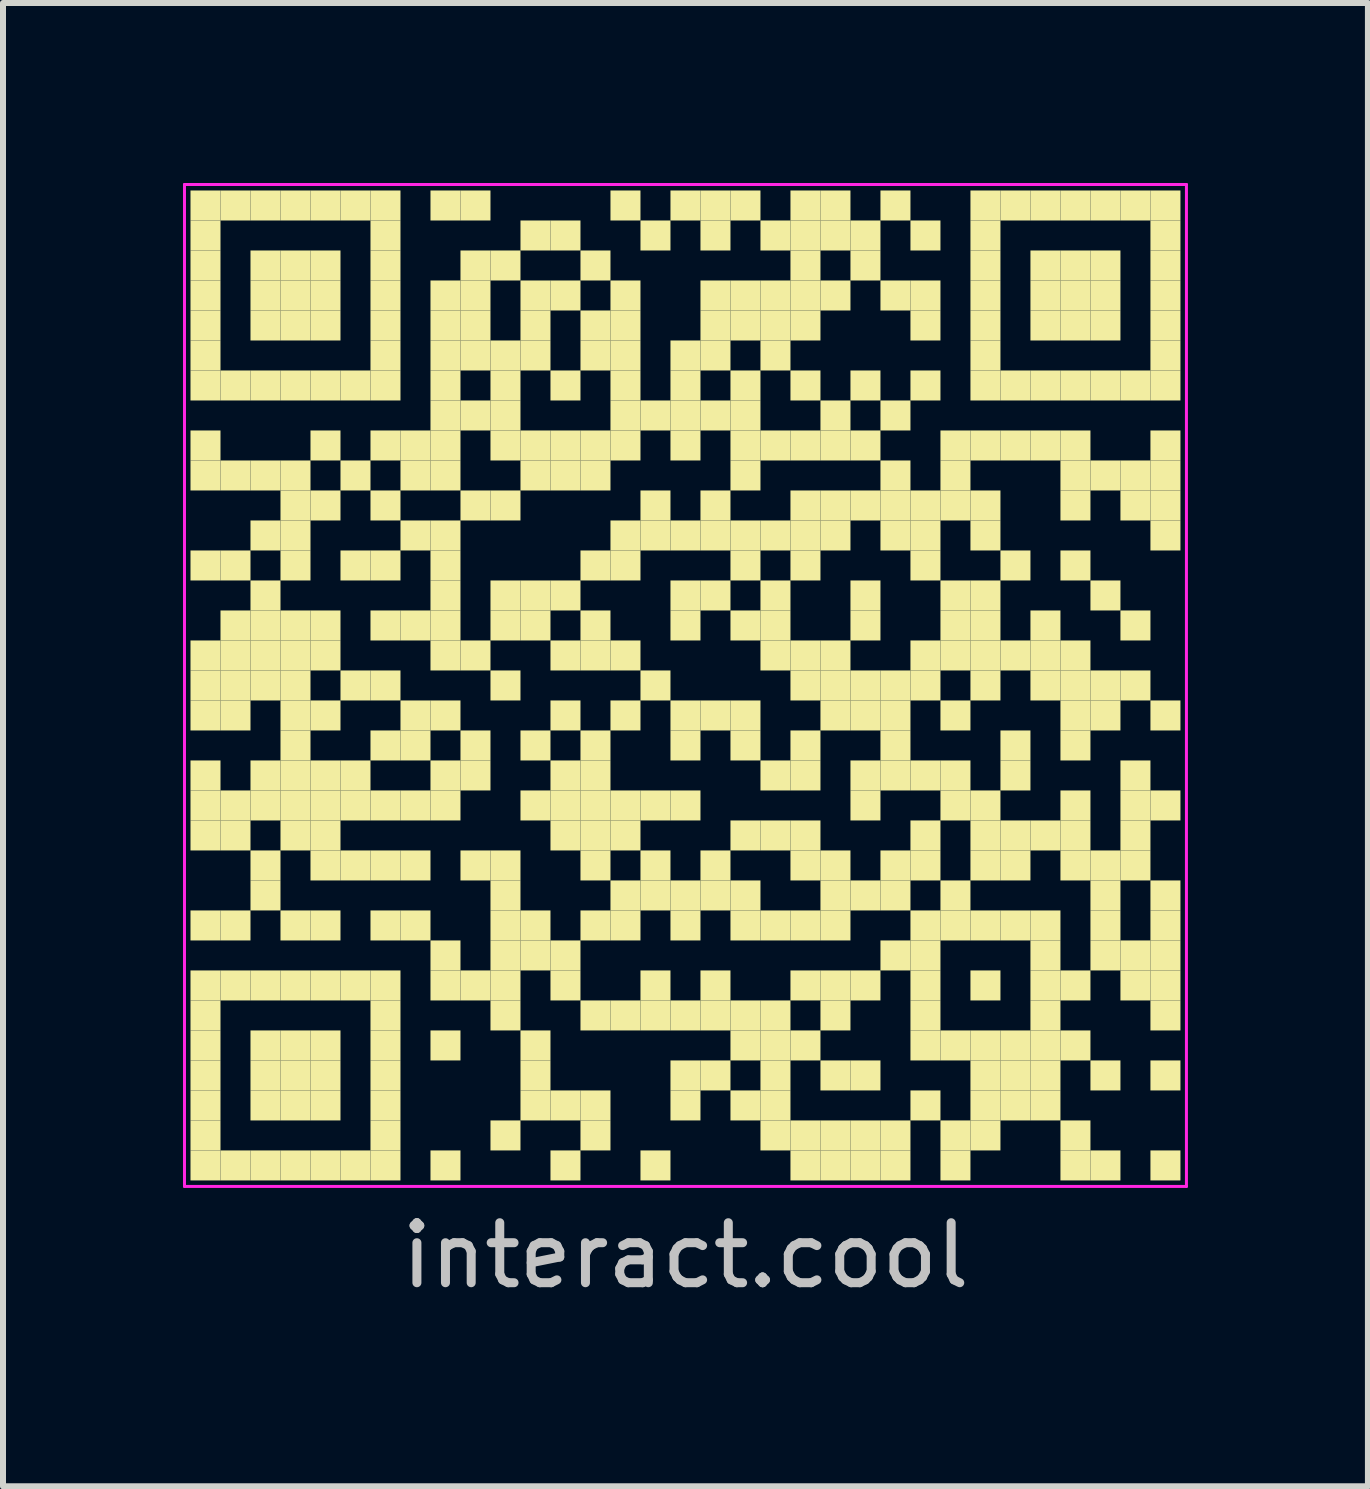
<source format=kicad_pcb>
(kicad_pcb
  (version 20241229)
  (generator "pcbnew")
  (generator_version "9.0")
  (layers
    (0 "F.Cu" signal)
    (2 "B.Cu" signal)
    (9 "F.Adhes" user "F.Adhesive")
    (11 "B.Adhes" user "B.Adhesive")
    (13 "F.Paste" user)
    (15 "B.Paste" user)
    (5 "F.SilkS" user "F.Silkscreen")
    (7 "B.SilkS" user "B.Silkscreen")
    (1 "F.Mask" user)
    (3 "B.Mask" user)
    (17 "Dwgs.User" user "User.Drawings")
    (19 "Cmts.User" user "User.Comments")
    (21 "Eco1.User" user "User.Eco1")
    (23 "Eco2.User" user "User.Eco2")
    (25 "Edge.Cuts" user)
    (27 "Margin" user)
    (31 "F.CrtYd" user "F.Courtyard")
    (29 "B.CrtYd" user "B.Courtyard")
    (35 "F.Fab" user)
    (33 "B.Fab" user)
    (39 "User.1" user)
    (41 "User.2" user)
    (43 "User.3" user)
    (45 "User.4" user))
  (footprint "interact.cool"
    (layer "F.Cu")
    (at 8.375 8.375)
    (property "Reference" "interact.cool" (at 0 9.5 0) (layer "Dwgs.User") (effects (font (size 1 1) (thickness 0.15))))
    (attr through_hole)
    (fp_poly (pts (xy -7.75 -7.75) (xy -7.75 -8.25) (xy -8.25 -8.25) (xy -8.25 -7.75)) (stroke (width 0) (type solid)) (fill yes) (layer "F.SilkS"))
    (fp_poly (pts (xy -7.75 -7.25) (xy -7.75 -7.75) (xy -8.25 -7.75) (xy -8.25 -7.25)) (stroke (width 0) (type solid)) (fill yes) (layer "F.SilkS"))
    (fp_poly (pts (xy -7.75 -6.75) (xy -7.75 -7.25) (xy -8.25 -7.25) (xy -8.25 -6.75)) (stroke (width 0) (type solid)) (fill yes) (layer "F.SilkS"))
    (fp_poly (pts (xy -7.75 -6.25) (xy -7.75 -6.75) (xy -8.25 -6.75) (xy -8.25 -6.25)) (stroke (width 0) (type solid)) (fill yes) (layer "F.SilkS"))
    (fp_poly (pts (xy -7.75 -5.75) (xy -7.75 -6.25) (xy -8.25 -6.25) (xy -8.25 -5.75)) (stroke (width 0) (type solid)) (fill yes) (layer "F.SilkS"))
    (fp_poly (pts (xy -7.75 -5.25) (xy -7.75 -5.75) (xy -8.25 -5.75) (xy -8.25 -5.25)) (stroke (width 0) (type solid)) (fill yes) (layer "F.SilkS"))
    (fp_poly (pts (xy -7.75 -4.75) (xy -7.75 -5.25) (xy -8.25 -5.25) (xy -8.25 -4.75)) (stroke (width 0) (type solid)) (fill yes) (layer "F.SilkS"))
    (fp_poly (pts (xy -7.75 -3.75) (xy -7.75 -4.25) (xy -8.25 -4.25) (xy -8.25 -3.75)) (stroke (width 0) (type solid)) (fill yes) (layer "F.SilkS"))
    (fp_poly (pts (xy -7.75 -3.25) (xy -7.75 -3.75) (xy -8.25 -3.75) (xy -8.25 -3.25)) (stroke (width 0) (type solid)) (fill yes) (layer "F.SilkS"))
    (fp_poly (pts (xy -7.75 -1.75) (xy -7.75 -2.25) (xy -8.25 -2.25) (xy -8.25 -1.75)) (stroke (width 0) (type solid)) (fill yes) (layer "F.SilkS"))
    (fp_poly (pts (xy -7.75 -0.25) (xy -7.75 -0.75) (xy -8.25 -0.75) (xy -8.25 -0.25)) (stroke (width 0) (type solid)) (fill yes) (layer "F.SilkS"))
    (fp_poly (pts (xy -7.75 0.25) (xy -7.75 -0.25) (xy -8.25 -0.25) (xy -8.25 0.25)) (stroke (width 0) (type solid)) (fill yes) (layer "F.SilkS"))
    (fp_poly (pts (xy -7.75 0.75) (xy -7.75 0.25) (xy -8.25 0.25) (xy -8.25 0.75)) (stroke (width 0) (type solid)) (fill yes) (layer "F.SilkS"))
    (fp_poly (pts (xy -7.75 1.75) (xy -7.75 1.25) (xy -8.25 1.25) (xy -8.25 1.75)) (stroke (width 0) (type solid)) (fill yes) (layer "F.SilkS"))
    (fp_poly (pts (xy -7.75 2.25) (xy -7.75 1.75) (xy -8.25 1.75) (xy -8.25 2.25)) (stroke (width 0) (type solid)) (fill yes) (layer "F.SilkS"))
    (fp_poly (pts (xy -7.75 2.75) (xy -7.75 2.25) (xy -8.25 2.25) (xy -8.25 2.75)) (stroke (width 0) (type solid)) (fill yes) (layer "F.SilkS"))
    (fp_poly (pts (xy -7.75 4.25) (xy -7.75 3.75) (xy -8.25 3.75) (xy -8.25 4.25)) (stroke (width 0) (type solid)) (fill yes) (layer "F.SilkS"))
    (fp_poly (pts (xy -7.75 5.25) (xy -7.75 4.75) (xy -8.25 4.75) (xy -8.25 5.25)) (stroke (width 0) (type solid)) (fill yes) (layer "F.SilkS"))
    (fp_poly (pts (xy -7.75 5.75) (xy -7.75 5.25) (xy -8.25 5.25) (xy -8.25 5.75)) (stroke (width 0) (type solid)) (fill yes) (layer "F.SilkS"))
    (fp_poly (pts (xy -7.75 6.25) (xy -7.75 5.75) (xy -8.25 5.75) (xy -8.25 6.25)) (stroke (width 0) (type solid)) (fill yes) (layer "F.SilkS"))
    (fp_poly (pts (xy -7.75 6.75) (xy -7.75 6.25) (xy -8.25 6.25) (xy -8.25 6.75)) (stroke (width 0) (type solid)) (fill yes) (layer "F.SilkS"))
    (fp_poly (pts (xy -7.75 7.25) (xy -7.75 6.75) (xy -8.25 6.75) (xy -8.25 7.25)) (stroke (width 0) (type solid)) (fill yes) (layer "F.SilkS"))
    (fp_poly (pts (xy -7.75 7.75) (xy -7.75 7.25) (xy -8.25 7.25) (xy -8.25 7.75)) (stroke (width 0) (type solid)) (fill yes) (layer "F.SilkS"))
    (fp_poly (pts (xy -7.75 8.25) (xy -7.75 7.75) (xy -8.25 7.75) (xy -8.25 8.25)) (stroke (width 0) (type solid)) (fill yes) (layer "F.SilkS"))
    (fp_poly (pts (xy -7.25 -7.75) (xy -7.25 -8.25) (xy -7.75 -8.25) (xy -7.75 -7.75)) (stroke (width 0) (type solid)) (fill yes) (layer "F.SilkS"))
    (fp_poly (pts (xy -7.25 -4.75) (xy -7.25 -5.25) (xy -7.75 -5.25) (xy -7.75 -4.75)) (stroke (width 0) (type solid)) (fill yes) (layer "F.SilkS"))
    (fp_poly (pts (xy -7.25 -3.25) (xy -7.25 -3.75) (xy -7.75 -3.75) (xy -7.75 -3.25)) (stroke (width 0) (type solid)) (fill yes) (layer "F.SilkS"))
    (fp_poly (pts (xy -7.25 -1.75) (xy -7.25 -2.25) (xy -7.75 -2.25) (xy -7.75 -1.75)) (stroke (width 0) (type solid)) (fill yes) (layer "F.SilkS"))
    (fp_poly (pts (xy -7.25 -0.75) (xy -7.25 -1.25) (xy -7.75 -1.25) (xy -7.75 -0.75)) (stroke (width 0) (type solid)) (fill yes) (layer "F.SilkS"))
    (fp_poly (pts (xy -7.25 -0.25) (xy -7.25 -0.75) (xy -7.75 -0.75) (xy -7.75 -0.25)) (stroke (width 0) (type solid)) (fill yes) (layer "F.SilkS"))
    (fp_poly (pts (xy -7.25 0.25) (xy -7.25 -0.25) (xy -7.75 -0.25) (xy -7.75 0.25)) (stroke (width 0) (type solid)) (fill yes) (layer "F.SilkS"))
    (fp_poly (pts (xy -7.25 0.75) (xy -7.25 0.25) (xy -7.75 0.25) (xy -7.75 0.75)) (stroke (width 0) (type solid)) (fill yes) (layer "F.SilkS"))
    (fp_poly (pts (xy -7.25 2.25) (xy -7.25 1.75) (xy -7.75 1.75) (xy -7.75 2.25)) (stroke (width 0) (type solid)) (fill yes) (layer "F.SilkS"))
    (fp_poly (pts (xy -7.25 2.75) (xy -7.25 2.25) (xy -7.75 2.25) (xy -7.75 2.75)) (stroke (width 0) (type solid)) (fill yes) (layer "F.SilkS"))
    (fp_poly (pts (xy -7.25 4.25) (xy -7.25 3.75) (xy -7.75 3.75) (xy -7.75 4.25)) (stroke (width 0) (type solid)) (fill yes) (layer "F.SilkS"))
    (fp_poly (pts (xy -7.25 5.25) (xy -7.25 4.75) (xy -7.75 4.75) (xy -7.75 5.25)) (stroke (width 0) (type solid)) (fill yes) (layer "F.SilkS"))
    (fp_poly (pts (xy -7.25 8.25) (xy -7.25 7.75) (xy -7.75 7.75) (xy -7.75 8.25)) (stroke (width 0) (type solid)) (fill yes) (layer "F.SilkS"))
    (fp_poly (pts (xy -6.75 -7.75) (xy -6.75 -8.25) (xy -7.25 -8.25) (xy -7.25 -7.75)) (stroke (width 0) (type solid)) (fill yes) (layer "F.SilkS"))
    (fp_poly (pts (xy -6.75 -6.75) (xy -6.75 -7.25) (xy -7.25 -7.25) (xy -7.25 -6.75)) (stroke (width 0) (type solid)) (fill yes) (layer "F.SilkS"))
    (fp_poly (pts (xy -6.75 -6.25) (xy -6.75 -6.75) (xy -7.25 -6.75) (xy -7.25 -6.25)) (stroke (width 0) (type solid)) (fill yes) (layer "F.SilkS"))
    (fp_poly (pts (xy -6.75 -5.75) (xy -6.75 -6.25) (xy -7.25 -6.25) (xy -7.25 -5.75)) (stroke (width 0) (type solid)) (fill yes) (layer "F.SilkS"))
    (fp_poly (pts (xy -6.75 -4.75) (xy -6.75 -5.25) (xy -7.25 -5.25) (xy -7.25 -4.75)) (stroke (width 0) (type solid)) (fill yes) (layer "F.SilkS"))
    (fp_poly (pts (xy -6.75 -3.25) (xy -6.75 -3.75) (xy -7.25 -3.75) (xy -7.25 -3.25)) (stroke (width 0) (type solid)) (fill yes) (layer "F.SilkS"))
    (fp_poly (pts (xy -6.75 -2.25) (xy -6.75 -2.75) (xy -7.25 -2.75) (xy -7.25 -2.25)) (stroke (width 0) (type solid)) (fill yes) (layer "F.SilkS"))
    (fp_poly (pts (xy -6.75 -1.25) (xy -6.75 -1.75) (xy -7.25 -1.75) (xy -7.25 -1.25)) (stroke (width 0) (type solid)) (fill yes) (layer "F.SilkS"))
    (fp_poly (pts (xy -6.75 -0.75) (xy -6.75 -1.25) (xy -7.25 -1.25) (xy -7.25 -0.75)) (stroke (width 0) (type solid)) (fill yes) (layer "F.SilkS"))
    (fp_poly (pts (xy -6.75 -0.25) (xy -6.75 -0.75) (xy -7.25 -0.75) (xy -7.25 -0.25)) (stroke (width 0) (type solid)) (fill yes) (layer "F.SilkS"))
    (fp_poly (pts (xy -6.75 0.25) (xy -6.75 -0.25) (xy -7.25 -0.25) (xy -7.25 0.25)) (stroke (width 0) (type solid)) (fill yes) (layer "F.SilkS"))
    (fp_poly (pts (xy -6.75 1.75) (xy -6.75 1.25) (xy -7.25 1.25) (xy -7.25 1.75)) (stroke (width 0) (type solid)) (fill yes) (layer "F.SilkS"))
    (fp_poly (pts (xy -6.75 2.25) (xy -6.75 1.75) (xy -7.25 1.75) (xy -7.25 2.25)) (stroke (width 0) (type solid)) (fill yes) (layer "F.SilkS"))
    (fp_poly (pts (xy -6.75 3.25) (xy -6.75 2.75) (xy -7.25 2.75) (xy -7.25 3.25)) (stroke (width 0) (type solid)) (fill yes) (layer "F.SilkS"))
    (fp_poly (pts (xy -6.75 3.75) (xy -6.75 3.25) (xy -7.25 3.25) (xy -7.25 3.75)) (stroke (width 0) (type solid)) (fill yes) (layer "F.SilkS"))
    (fp_poly (pts (xy -6.75 5.25) (xy -6.75 4.75) (xy -7.25 4.75) (xy -7.25 5.25)) (stroke (width 0) (type solid)) (fill yes) (layer "F.SilkS"))
    (fp_poly (pts (xy -6.75 6.25) (xy -6.75 5.75) (xy -7.25 5.75) (xy -7.25 6.25)) (stroke (width 0) (type solid)) (fill yes) (layer "F.SilkS"))
    (fp_poly (pts (xy -6.75 6.75) (xy -6.75 6.25) (xy -7.25 6.25) (xy -7.25 6.75)) (stroke (width 0) (type solid)) (fill yes) (layer "F.SilkS"))
    (fp_poly (pts (xy -6.75 7.25) (xy -6.75 6.75) (xy -7.25 6.75) (xy -7.25 7.25)) (stroke (width 0) (type solid)) (fill yes) (layer "F.SilkS"))
    (fp_poly (pts (xy -6.75 8.25) (xy -6.75 7.75) (xy -7.25 7.75) (xy -7.25 8.25)) (stroke (width 0) (type solid)) (fill yes) (layer "F.SilkS"))
    (fp_poly (pts (xy -6.25 -7.75) (xy -6.25 -8.25) (xy -6.75 -8.25) (xy -6.75 -7.75)) (stroke (width 0) (type solid)) (fill yes) (layer "F.SilkS"))
    (fp_poly (pts (xy -6.25 -6.75) (xy -6.25 -7.25) (xy -6.75 -7.25) (xy -6.75 -6.75)) (stroke (width 0) (type solid)) (fill yes) (layer "F.SilkS"))
    (fp_poly (pts (xy -6.25 -6.25) (xy -6.25 -6.75) (xy -6.75 -6.75) (xy -6.75 -6.25)) (stroke (width 0) (type solid)) (fill yes) (layer "F.SilkS"))
    (fp_poly (pts (xy -6.25 -5.75) (xy -6.25 -6.25) (xy -6.75 -6.25) (xy -6.75 -5.75)) (stroke (width 0) (type solid)) (fill yes) (layer "F.SilkS"))
    (fp_poly (pts (xy -6.25 -4.75) (xy -6.25 -5.25) (xy -6.75 -5.25) (xy -6.75 -4.75)) (stroke (width 0) (type solid)) (fill yes) (layer "F.SilkS"))
    (fp_poly (pts (xy -6.25 -3.25) (xy -6.25 -3.75) (xy -6.75 -3.75) (xy -6.75 -3.25)) (stroke (width 0) (type solid)) (fill yes) (layer "F.SilkS"))
    (fp_poly (pts (xy -6.25 -2.75) (xy -6.25 -3.25) (xy -6.75 -3.25) (xy -6.75 -2.75)) (stroke (width 0) (type solid)) (fill yes) (layer "F.SilkS"))
    (fp_poly (pts (xy -6.25 -2.25) (xy -6.25 -2.75) (xy -6.75 -2.75) (xy -6.75 -2.25)) (stroke (width 0) (type solid)) (fill yes) (layer "F.SilkS"))
    (fp_poly (pts (xy -6.25 -1.75) (xy -6.25 -2.25) (xy -6.75 -2.25) (xy -6.75 -1.75)) (stroke (width 0) (type solid)) (fill yes) (layer "F.SilkS"))
    (fp_poly (pts (xy -6.25 -0.75) (xy -6.25 -1.25) (xy -6.75 -1.25) (xy -6.75 -0.75)) (stroke (width 0) (type solid)) (fill yes) (layer "F.SilkS"))
    (fp_poly (pts (xy -6.25 -0.25) (xy -6.25 -0.75) (xy -6.75 -0.75) (xy -6.75 -0.25)) (stroke (width 0) (type solid)) (fill yes) (layer "F.SilkS"))
    (fp_poly (pts (xy -6.25 0.25) (xy -6.25 -0.25) (xy -6.75 -0.25) (xy -6.75 0.25)) (stroke (width 0) (type solid)) (fill yes) (layer "F.SilkS"))
    (fp_poly (pts (xy -6.25 0.75) (xy -6.25 0.25) (xy -6.75 0.25) (xy -6.75 0.75)) (stroke (width 0) (type solid)) (fill yes) (layer "F.SilkS"))
    (fp_poly (pts (xy -6.25 1.25) (xy -6.25 0.75) (xy -6.75 0.75) (xy -6.75 1.25)) (stroke (width 0) (type solid)) (fill yes) (layer "F.SilkS"))
    (fp_poly (pts (xy -6.25 1.75) (xy -6.25 1.25) (xy -6.75 1.25) (xy -6.75 1.75)) (stroke (width 0) (type solid)) (fill yes) (layer "F.SilkS"))
    (fp_poly (pts (xy -6.25 2.25) (xy -6.25 1.75) (xy -6.75 1.75) (xy -6.75 2.25)) (stroke (width 0) (type solid)) (fill yes) (layer "F.SilkS"))
    (fp_poly (pts (xy -6.25 2.75) (xy -6.25 2.25) (xy -6.75 2.25) (xy -6.75 2.75)) (stroke (width 0) (type solid)) (fill yes) (layer "F.SilkS"))
    (fp_poly (pts (xy -6.25 4.25) (xy -6.25 3.75) (xy -6.75 3.75) (xy -6.75 4.25)) (stroke (width 0) (type solid)) (fill yes) (layer "F.SilkS"))
    (fp_poly (pts (xy -6.25 5.25) (xy -6.25 4.75) (xy -6.75 4.75) (xy -6.75 5.25)) (stroke (width 0) (type solid)) (fill yes) (layer "F.SilkS"))
    (fp_poly (pts (xy -6.25 6.25) (xy -6.25 5.75) (xy -6.75 5.75) (xy -6.75 6.25)) (stroke (width 0) (type solid)) (fill yes) (layer "F.SilkS"))
    (fp_poly (pts (xy -6.25 6.75) (xy -6.25 6.25) (xy -6.75 6.25) (xy -6.75 6.75)) (stroke (width 0) (type solid)) (fill yes) (layer "F.SilkS"))
    (fp_poly (pts (xy -6.25 7.25) (xy -6.25 6.75) (xy -6.75 6.75) (xy -6.75 7.25)) (stroke (width 0) (type solid)) (fill yes) (layer "F.SilkS"))
    (fp_poly (pts (xy -6.25 8.25) (xy -6.25 7.75) (xy -6.75 7.75) (xy -6.75 8.25)) (stroke (width 0) (type solid)) (fill yes) (layer "F.SilkS"))
    (fp_poly (pts (xy -5.75 -7.75) (xy -5.75 -8.25) (xy -6.25 -8.25) (xy -6.25 -7.75)) (stroke (width 0) (type solid)) (fill yes) (layer "F.SilkS"))
    (fp_poly (pts (xy -5.75 -6.75) (xy -5.75 -7.25) (xy -6.25 -7.25) (xy -6.25 -6.75)) (stroke (width 0) (type solid)) (fill yes) (layer "F.SilkS"))
    (fp_poly (pts (xy -5.75 -6.25) (xy -5.75 -6.75) (xy -6.25 -6.75) (xy -6.25 -6.25)) (stroke (width 0) (type solid)) (fill yes) (layer "F.SilkS"))
    (fp_poly (pts (xy -5.75 -5.75) (xy -5.75 -6.25) (xy -6.25 -6.25) (xy -6.25 -5.75)) (stroke (width 0) (type solid)) (fill yes) (layer "F.SilkS"))
    (fp_poly (pts (xy -5.75 -4.75) (xy -5.75 -5.25) (xy -6.25 -5.25) (xy -6.25 -4.75)) (stroke (width 0) (type solid)) (fill yes) (layer "F.SilkS"))
    (fp_poly (pts (xy -5.75 -3.75) (xy -5.75 -4.25) (xy -6.25 -4.25) (xy -6.25 -3.75)) (stroke (width 0) (type solid)) (fill yes) (layer "F.SilkS"))
    (fp_poly (pts (xy -5.75 -2.75) (xy -5.75 -3.25) (xy -6.25 -3.25) (xy -6.25 -2.75)) (stroke (width 0) (type solid)) (fill yes) (layer "F.SilkS"))
    (fp_poly (pts (xy -5.75 -0.75) (xy -5.75 -1.25) (xy -6.25 -1.25) (xy -6.25 -0.75)) (stroke (width 0) (type solid)) (fill yes) (layer "F.SilkS"))
    (fp_poly (pts (xy -5.75 -0.25) (xy -5.75 -0.75) (xy -6.25 -0.75) (xy -6.25 -0.25)) (stroke (width 0) (type solid)) (fill yes) (layer "F.SilkS"))
    (fp_poly (pts (xy -5.75 0.75) (xy -5.75 0.25) (xy -6.25 0.25) (xy -6.25 0.75)) (stroke (width 0) (type solid)) (fill yes) (layer "F.SilkS"))
    (fp_poly (pts (xy -5.75 1.75) (xy -5.75 1.25) (xy -6.25 1.25) (xy -6.25 1.75)) (stroke (width 0) (type solid)) (fill yes) (layer "F.SilkS"))
    (fp_poly (pts (xy -5.75 2.25) (xy -5.75 1.75) (xy -6.25 1.75) (xy -6.25 2.25)) (stroke (width 0) (type solid)) (fill yes) (layer "F.SilkS"))
    (fp_poly (pts (xy -5.75 2.75) (xy -5.75 2.25) (xy -6.25 2.25) (xy -6.25 2.75)) (stroke (width 0) (type solid)) (fill yes) (layer "F.SilkS"))
    (fp_poly (pts (xy -5.75 3.25) (xy -5.75 2.75) (xy -6.25 2.75) (xy -6.25 3.25)) (stroke (width 0) (type solid)) (fill yes) (layer "F.SilkS"))
    (fp_poly (pts (xy -5.75 4.25) (xy -5.75 3.75) (xy -6.25 3.75) (xy -6.25 4.25)) (stroke (width 0) (type solid)) (fill yes) (layer "F.SilkS"))
    (fp_poly (pts (xy -5.75 5.25) (xy -5.75 4.75) (xy -6.25 4.75) (xy -6.25 5.25)) (stroke (width 0) (type solid)) (fill yes) (layer "F.SilkS"))
    (fp_poly (pts (xy -5.75 6.25) (xy -5.75 5.75) (xy -6.25 5.75) (xy -6.25 6.25)) (stroke (width 0) (type solid)) (fill yes) (layer "F.SilkS"))
    (fp_poly (pts (xy -5.75 6.75) (xy -5.75 6.25) (xy -6.25 6.25) (xy -6.25 6.75)) (stroke (width 0) (type solid)) (fill yes) (layer "F.SilkS"))
    (fp_poly (pts (xy -5.75 7.25) (xy -5.75 6.75) (xy -6.25 6.75) (xy -6.25 7.25)) (stroke (width 0) (type solid)) (fill yes) (layer "F.SilkS"))
    (fp_poly (pts (xy -5.75 8.25) (xy -5.75 7.75) (xy -6.25 7.75) (xy -6.25 8.25)) (stroke (width 0) (type solid)) (fill yes) (layer "F.SilkS"))
    (fp_poly (pts (xy -5.25 -7.75) (xy -5.25 -8.25) (xy -5.75 -8.25) (xy -5.75 -7.75)) (stroke (width 0) (type solid)) (fill yes) (layer "F.SilkS"))
    (fp_poly (pts (xy -5.25 -4.75) (xy -5.25 -5.25) (xy -5.75 -5.25) (xy -5.75 -4.75)) (stroke (width 0) (type solid)) (fill yes) (layer "F.SilkS"))
    (fp_poly (pts (xy -5.25 -3.25) (xy -5.25 -3.75) (xy -5.75 -3.75) (xy -5.75 -3.25)) (stroke (width 0) (type solid)) (fill yes) (layer "F.SilkS"))
    (fp_poly (pts (xy -5.25 -1.75) (xy -5.25 -2.25) (xy -5.75 -2.25) (xy -5.75 -1.75)) (stroke (width 0) (type solid)) (fill yes) (layer "F.SilkS"))
    (fp_poly (pts (xy -5.25 0.25) (xy -5.25 -0.25) (xy -5.75 -0.25) (xy -5.75 0.25)) (stroke (width 0) (type solid)) (fill yes) (layer "F.SilkS"))
    (fp_poly (pts (xy -5.25 1.75) (xy -5.25 1.25) (xy -5.75 1.25) (xy -5.75 1.75)) (stroke (width 0) (type solid)) (fill yes) (layer "F.SilkS"))
    (fp_poly (pts (xy -5.25 2.25) (xy -5.25 1.75) (xy -5.75 1.75) (xy -5.75 2.25)) (stroke (width 0) (type solid)) (fill yes) (layer "F.SilkS"))
    (fp_poly (pts (xy -5.25 3.25) (xy -5.25 2.75) (xy -5.75 2.75) (xy -5.75 3.25)) (stroke (width 0) (type solid)) (fill yes) (layer "F.SilkS"))
    (fp_poly (pts (xy -5.25 5.25) (xy -5.25 4.75) (xy -5.75 4.75) (xy -5.75 5.25)) (stroke (width 0) (type solid)) (fill yes) (layer "F.SilkS"))
    (fp_poly (pts (xy -5.25 8.25) (xy -5.25 7.75) (xy -5.75 7.75) (xy -5.75 8.25)) (stroke (width 0) (type solid)) (fill yes) (layer "F.SilkS"))
    (fp_poly (pts (xy -4.75 -7.75) (xy -4.75 -8.25) (xy -5.25 -8.25) (xy -5.25 -7.75)) (stroke (width 0) (type solid)) (fill yes) (layer "F.SilkS"))
    (fp_poly (pts (xy -4.75 -7.25) (xy -4.75 -7.75) (xy -5.25 -7.75) (xy -5.25 -7.25)) (stroke (width 0) (type solid)) (fill yes) (layer "F.SilkS"))
    (fp_poly (pts (xy -4.75 -6.75) (xy -4.75 -7.25) (xy -5.25 -7.25) (xy -5.25 -6.75)) (stroke (width 0) (type solid)) (fill yes) (layer "F.SilkS"))
    (fp_poly (pts (xy -4.75 -6.25) (xy -4.75 -6.75) (xy -5.25 -6.75) (xy -5.25 -6.25)) (stroke (width 0) (type solid)) (fill yes) (layer "F.SilkS"))
    (fp_poly (pts (xy -4.75 -5.75) (xy -4.75 -6.25) (xy -5.25 -6.25) (xy -5.25 -5.75)) (stroke (width 0) (type solid)) (fill yes) (layer "F.SilkS"))
    (fp_poly (pts (xy -4.75 -5.25) (xy -4.75 -5.75) (xy -5.25 -5.75) (xy -5.25 -5.25)) (stroke (width 0) (type solid)) (fill yes) (layer "F.SilkS"))
    (fp_poly (pts (xy -4.75 -4.75) (xy -4.75 -5.25) (xy -5.25 -5.25) (xy -5.25 -4.75)) (stroke (width 0) (type solid)) (fill yes) (layer "F.SilkS"))
    (fp_poly (pts (xy -4.75 -3.75) (xy -4.75 -4.25) (xy -5.25 -4.25) (xy -5.25 -3.75)) (stroke (width 0) (type solid)) (fill yes) (layer "F.SilkS"))
    (fp_poly (pts (xy -4.75 -2.75) (xy -4.75 -3.25) (xy -5.25 -3.25) (xy -5.25 -2.75)) (stroke (width 0) (type solid)) (fill yes) (layer "F.SilkS"))
    (fp_poly (pts (xy -4.75 -1.75) (xy -4.75 -2.25) (xy -5.25 -2.25) (xy -5.25 -1.75)) (stroke (width 0) (type solid)) (fill yes) (layer "F.SilkS"))
    (fp_poly (pts (xy -4.75 -0.75) (xy -4.75 -1.25) (xy -5.25 -1.25) (xy -5.25 -0.75)) (stroke (width 0) (type solid)) (fill yes) (layer "F.SilkS"))
    (fp_poly (pts (xy -4.75 0.25) (xy -4.75 -0.25) (xy -5.25 -0.25) (xy -5.25 0.25)) (stroke (width 0) (type solid)) (fill yes) (layer "F.SilkS"))
    (fp_poly (pts (xy -4.75 1.25) (xy -4.75 0.75) (xy -5.25 0.75) (xy -5.25 1.25)) (stroke (width 0) (type solid)) (fill yes) (layer "F.SilkS"))
    (fp_poly (pts (xy -4.75 2.25) (xy -4.75 1.75) (xy -5.25 1.75) (xy -5.25 2.25)) (stroke (width 0) (type solid)) (fill yes) (layer "F.SilkS"))
    (fp_poly (pts (xy -4.75 3.25) (xy -4.75 2.75) (xy -5.25 2.75) (xy -5.25 3.25)) (stroke (width 0) (type solid)) (fill yes) (layer "F.SilkS"))
    (fp_poly (pts (xy -4.75 4.25) (xy -4.75 3.75) (xy -5.25 3.75) (xy -5.25 4.25)) (stroke (width 0) (type solid)) (fill yes) (layer "F.SilkS"))
    (fp_poly (pts (xy -4.75 5.25) (xy -4.75 4.75) (xy -5.25 4.75) (xy -5.25 5.25)) (stroke (width 0) (type solid)) (fill yes) (layer "F.SilkS"))
    (fp_poly (pts (xy -4.75 5.75) (xy -4.75 5.25) (xy -5.25 5.25) (xy -5.25 5.75)) (stroke (width 0) (type solid)) (fill yes) (layer "F.SilkS"))
    (fp_poly (pts (xy -4.75 6.25) (xy -4.75 5.75) (xy -5.25 5.75) (xy -5.25 6.25)) (stroke (width 0) (type solid)) (fill yes) (layer "F.SilkS"))
    (fp_poly (pts (xy -4.75 6.75) (xy -4.75 6.25) (xy -5.25 6.25) (xy -5.25 6.75)) (stroke (width 0) (type solid)) (fill yes) (layer "F.SilkS"))
    (fp_poly (pts (xy -4.75 7.25) (xy -4.75 6.75) (xy -5.25 6.75) (xy -5.25 7.25)) (stroke (width 0) (type solid)) (fill yes) (layer "F.SilkS"))
    (fp_poly (pts (xy -4.75 7.75) (xy -4.75 7.25) (xy -5.25 7.25) (xy -5.25 7.75)) (stroke (width 0) (type solid)) (fill yes) (layer "F.SilkS"))
    (fp_poly (pts (xy -4.75 8.25) (xy -4.75 7.75) (xy -5.25 7.75) (xy -5.25 8.25)) (stroke (width 0) (type solid)) (fill yes) (layer "F.SilkS"))
    (fp_poly (pts (xy -4.25 -3.75) (xy -4.25 -4.25) (xy -4.75 -4.25) (xy -4.75 -3.75)) (stroke (width 0) (type solid)) (fill yes) (layer "F.SilkS"))
    (fp_poly (pts (xy -4.25 -3.25) (xy -4.25 -3.75) (xy -4.75 -3.75) (xy -4.75 -3.25)) (stroke (width 0) (type solid)) (fill yes) (layer "F.SilkS"))
    (fp_poly (pts (xy -4.25 -2.25) (xy -4.25 -2.75) (xy -4.75 -2.75) (xy -4.75 -2.25)) (stroke (width 0) (type solid)) (fill yes) (layer "F.SilkS"))
    (fp_poly (pts (xy -4.25 -0.75) (xy -4.25 -1.25) (xy -4.75 -1.25) (xy -4.75 -0.75)) (stroke (width 0) (type solid)) (fill yes) (layer "F.SilkS"))
    (fp_poly (pts (xy -4.25 0.75) (xy -4.25 0.25) (xy -4.75 0.25) (xy -4.75 0.75)) (stroke (width 0) (type solid)) (fill yes) (layer "F.SilkS"))
    (fp_poly (pts (xy -4.25 1.25) (xy -4.25 0.75) (xy -4.75 0.75) (xy -4.75 1.25)) (stroke (width 0) (type solid)) (fill yes) (layer "F.SilkS"))
    (fp_poly (pts (xy -4.25 2.25) (xy -4.25 1.75) (xy -4.75 1.75) (xy -4.75 2.25)) (stroke (width 0) (type solid)) (fill yes) (layer "F.SilkS"))
    (fp_poly (pts (xy -4.25 3.25) (xy -4.25 2.75) (xy -4.75 2.75) (xy -4.75 3.25)) (stroke (width 0) (type solid)) (fill yes) (layer "F.SilkS"))
    (fp_poly (pts (xy -4.25 4.25) (xy -4.25 3.75) (xy -4.75 3.75) (xy -4.75 4.25)) (stroke (width 0) (type solid)) (fill yes) (layer "F.SilkS"))
    (fp_poly (pts (xy -3.75 -7.75) (xy -3.75 -8.25) (xy -4.25 -8.25) (xy -4.25 -7.75)) (stroke (width 0) (type solid)) (fill yes) (layer "F.SilkS"))
    (fp_poly (pts (xy -3.75 -6.25) (xy -3.75 -6.75) (xy -4.25 -6.75) (xy -4.25 -6.25)) (stroke (width 0) (type solid)) (fill yes) (layer "F.SilkS"))
    (fp_poly (pts (xy -3.75 -5.75) (xy -3.75 -6.25) (xy -4.25 -6.25) (xy -4.25 -5.75)) (stroke (width 0) (type solid)) (fill yes) (layer "F.SilkS"))
    (fp_poly (pts (xy -3.75 -5.25) (xy -3.75 -5.75) (xy -4.25 -5.75) (xy -4.25 -5.25)) (stroke (width 0) (type solid)) (fill yes) (layer "F.SilkS"))
    (fp_poly (pts (xy -3.75 -4.75) (xy -3.75 -5.25) (xy -4.25 -5.25) (xy -4.25 -4.75)) (stroke (width 0) (type solid)) (fill yes) (layer "F.SilkS"))
    (fp_poly (pts (xy -3.75 -4.25) (xy -3.75 -4.75) (xy -4.25 -4.75) (xy -4.25 -4.25)) (stroke (width 0) (type solid)) (fill yes) (layer "F.SilkS"))
    (fp_poly (pts (xy -3.75 -3.75) (xy -3.75 -4.25) (xy -4.25 -4.25) (xy -4.25 -3.75)) (stroke (width 0) (type solid)) (fill yes) (layer "F.SilkS"))
    (fp_poly (pts (xy -3.75 -3.25) (xy -3.75 -3.75) (xy -4.25 -3.75) (xy -4.25 -3.25)) (stroke (width 0) (type solid)) (fill yes) (layer "F.SilkS"))
    (fp_poly (pts (xy -3.75 -2.25) (xy -3.75 -2.75) (xy -4.25 -2.75) (xy -4.25 -2.25)) (stroke (width 0) (type solid)) (fill yes) (layer "F.SilkS"))
    (fp_poly (pts (xy -3.75 -1.75) (xy -3.75 -2.25) (xy -4.25 -2.25) (xy -4.25 -1.75)) (stroke (width 0) (type solid)) (fill yes) (layer "F.SilkS"))
    (fp_poly (pts (xy -3.75 -1.25) (xy -3.75 -1.75) (xy -4.25 -1.75) (xy -4.25 -1.25)) (stroke (width 0) (type solid)) (fill yes) (layer "F.SilkS"))
    (fp_poly (pts (xy -3.75 -0.75) (xy -3.75 -1.25) (xy -4.25 -1.25) (xy -4.25 -0.75)) (stroke (width 0) (type solid)) (fill yes) (layer "F.SilkS"))
    (fp_poly (pts (xy -3.75 -0.25) (xy -3.75 -0.75) (xy -4.25 -0.75) (xy -4.25 -0.25)) (stroke (width 0) (type solid)) (fill yes) (layer "F.SilkS"))
    (fp_poly (pts (xy -3.75 0.75) (xy -3.75 0.25) (xy -4.25 0.25) (xy -4.25 0.75)) (stroke (width 0) (type solid)) (fill yes) (layer "F.SilkS"))
    (fp_poly (pts (xy -3.75 1.75) (xy -3.75 1.25) (xy -4.25 1.25) (xy -4.25 1.75)) (stroke (width 0) (type solid)) (fill yes) (layer "F.SilkS"))
    (fp_poly (pts (xy -3.75 2.25) (xy -3.75 1.75) (xy -4.25 1.75) (xy -4.25 2.25)) (stroke (width 0) (type solid)) (fill yes) (layer "F.SilkS"))
    (fp_poly (pts (xy -3.75 4.75) (xy -3.75 4.25) (xy -4.25 4.25) (xy -4.25 4.75)) (stroke (width 0) (type solid)) (fill yes) (layer "F.SilkS"))
    (fp_poly (pts (xy -3.75 5.25) (xy -3.75 4.75) (xy -4.25 4.75) (xy -4.25 5.25)) (stroke (width 0) (type solid)) (fill yes) (layer "F.SilkS"))
    (fp_poly (pts (xy -3.75 6.25) (xy -3.75 5.75) (xy -4.25 5.75) (xy -4.25 6.25)) (stroke (width 0) (type solid)) (fill yes) (layer "F.SilkS"))
    (fp_poly (pts (xy -3.75 8.25) (xy -3.75 7.75) (xy -4.25 7.75) (xy -4.25 8.25)) (stroke (width 0) (type solid)) (fill yes) (layer "F.SilkS"))
    (fp_poly (pts (xy -3.25 -7.75) (xy -3.25 -8.25) (xy -3.75 -8.25) (xy -3.75 -7.75)) (stroke (width 0) (type solid)) (fill yes) (layer "F.SilkS"))
    (fp_poly (pts (xy -3.25 -6.75) (xy -3.25 -7.25) (xy -3.75 -7.25) (xy -3.75 -6.75)) (stroke (width 0) (type solid)) (fill yes) (layer "F.SilkS"))
    (fp_poly (pts (xy -3.25 -6.25) (xy -3.25 -6.75) (xy -3.75 -6.75) (xy -3.75 -6.25)) (stroke (width 0) (type solid)) (fill yes) (layer "F.SilkS"))
    (fp_poly (pts (xy -3.25 -5.75) (xy -3.25 -6.25) (xy -3.75 -6.25) (xy -3.75 -5.75)) (stroke (width 0) (type solid)) (fill yes) (layer "F.SilkS"))
    (fp_poly (pts (xy -3.25 -5.25) (xy -3.25 -5.75) (xy -3.75 -5.75) (xy -3.75 -5.25)) (stroke (width 0) (type solid)) (fill yes) (layer "F.SilkS"))
    (fp_poly (pts (xy -3.25 -4.25) (xy -3.25 -4.75) (xy -3.75 -4.75) (xy -3.75 -4.25)) (stroke (width 0) (type solid)) (fill yes) (layer "F.SilkS"))
    (fp_poly (pts (xy -3.25 -2.75) (xy -3.25 -3.25) (xy -3.75 -3.25) (xy -3.75 -2.75)) (stroke (width 0) (type solid)) (fill yes) (layer "F.SilkS"))
    (fp_poly (pts (xy -3.25 -0.25) (xy -3.25 -0.75) (xy -3.75 -0.75) (xy -3.75 -0.25)) (stroke (width 0) (type solid)) (fill yes) (layer "F.SilkS"))
    (fp_poly (pts (xy -3.25 1.25) (xy -3.25 0.75) (xy -3.75 0.75) (xy -3.75 1.25)) (stroke (width 0) (type solid)) (fill yes) (layer "F.SilkS"))
    (fp_poly (pts (xy -3.25 1.75) (xy -3.25 1.25) (xy -3.75 1.25) (xy -3.75 1.75)) (stroke (width 0) (type solid)) (fill yes) (layer "F.SilkS"))
    (fp_poly (pts (xy -3.25 3.25) (xy -3.25 2.75) (xy -3.75 2.75) (xy -3.75 3.25)) (stroke (width 0) (type solid)) (fill yes) (layer "F.SilkS"))
    (fp_poly (pts (xy -3.25 5.25) (xy -3.25 4.75) (xy -3.75 4.75) (xy -3.75 5.25)) (stroke (width 0) (type solid)) (fill yes) (layer "F.SilkS"))
    (fp_poly (pts (xy -2.75 -6.75) (xy -2.75 -7.25) (xy -3.25 -7.25) (xy -3.25 -6.75)) (stroke (width 0) (type solid)) (fill yes) (layer "F.SilkS"))
    (fp_poly (pts (xy -2.75 -5.25) (xy -2.75 -5.75) (xy -3.25 -5.75) (xy -3.25 -5.25)) (stroke (width 0) (type solid)) (fill yes) (layer "F.SilkS"))
    (fp_poly (pts (xy -2.75 -4.75) (xy -2.75 -5.25) (xy -3.25 -5.25) (xy -3.25 -4.75)) (stroke (width 0) (type solid)) (fill yes) (layer "F.SilkS"))
    (fp_poly (pts (xy -2.75 -4.25) (xy -2.75 -4.75) (xy -3.25 -4.75) (xy -3.25 -4.25)) (stroke (width 0) (type solid)) (fill yes) (layer "F.SilkS"))
    (fp_poly (pts (xy -2.75 -3.75) (xy -2.75 -4.25) (xy -3.25 -4.25) (xy -3.25 -3.75)) (stroke (width 0) (type solid)) (fill yes) (layer "F.SilkS"))
    (fp_poly (pts (xy -2.75 -2.75) (xy -2.75 -3.25) (xy -3.25 -3.25) (xy -3.25 -2.75)) (stroke (width 0) (type solid)) (fill yes) (layer "F.SilkS"))
    (fp_poly (pts (xy -2.75 -1.25) (xy -2.75 -1.75) (xy -3.25 -1.75) (xy -3.25 -1.25)) (stroke (width 0) (type solid)) (fill yes) (layer "F.SilkS"))
    (fp_poly (pts (xy -2.75 -0.75) (xy -2.75 -1.25) (xy -3.25 -1.25) (xy -3.25 -0.75)) (stroke (width 0) (type solid)) (fill yes) (layer "F.SilkS"))
    (fp_poly (pts (xy -2.75 0.25) (xy -2.75 -0.25) (xy -3.25 -0.25) (xy -3.25 0.25)) (stroke (width 0) (type solid)) (fill yes) (layer "F.SilkS"))
    (fp_poly (pts (xy -2.75 3.25) (xy -2.75 2.75) (xy -3.25 2.75) (xy -3.25 3.25)) (stroke (width 0) (type solid)) (fill yes) (layer "F.SilkS"))
    (fp_poly (pts (xy -2.75 3.75) (xy -2.75 3.25) (xy -3.25 3.25) (xy -3.25 3.75)) (stroke (width 0) (type solid)) (fill yes) (layer "F.SilkS"))
    (fp_poly (pts (xy -2.75 4.25) (xy -2.75 3.75) (xy -3.25 3.75) (xy -3.25 4.25)) (stroke (width 0) (type solid)) (fill yes) (layer "F.SilkS"))
    (fp_poly (pts (xy -2.75 4.75) (xy -2.75 4.25) (xy -3.25 4.25) (xy -3.25 4.75)) (stroke (width 0) (type solid)) (fill yes) (layer "F.SilkS"))
    (fp_poly (pts (xy -2.75 5.25) (xy -2.75 4.75) (xy -3.25 4.75) (xy -3.25 5.25)) (stroke (width 0) (type solid)) (fill yes) (layer "F.SilkS"))
    (fp_poly (pts (xy -2.75 5.75) (xy -2.75 5.25) (xy -3.25 5.25) (xy -3.25 5.75)) (stroke (width 0) (type solid)) (fill yes) (layer "F.SilkS"))
    (fp_poly (pts (xy -2.75 7.75) (xy -2.75 7.25) (xy -3.25 7.25) (xy -3.25 7.75)) (stroke (width 0) (type solid)) (fill yes) (layer "F.SilkS"))
    (fp_poly (pts (xy -2.25 -7.25) (xy -2.25 -7.75) (xy -2.75 -7.75) (xy -2.75 -7.25)) (stroke (width 0) (type solid)) (fill yes) (layer "F.SilkS"))
    (fp_poly (pts (xy -2.25 -6.25) (xy -2.25 -6.75) (xy -2.75 -6.75) (xy -2.75 -6.25)) (stroke (width 0) (type solid)) (fill yes) (layer "F.SilkS"))
    (fp_poly (pts (xy -2.25 -5.75) (xy -2.25 -6.25) (xy -2.75 -6.25) (xy -2.75 -5.75)) (stroke (width 0) (type solid)) (fill yes) (layer "F.SilkS"))
    (fp_poly (pts (xy -2.25 -5.25) (xy -2.25 -5.75) (xy -2.75 -5.75) (xy -2.75 -5.25)) (stroke (width 0) (type solid)) (fill yes) (layer "F.SilkS"))
    (fp_poly (pts (xy -2.25 -3.75) (xy -2.25 -4.25) (xy -2.75 -4.25) (xy -2.75 -3.75)) (stroke (width 0) (type solid)) (fill yes) (layer "F.SilkS"))
    (fp_poly (pts (xy -2.25 -3.25) (xy -2.25 -3.75) (xy -2.75 -3.75) (xy -2.75 -3.25)) (stroke (width 0) (type solid)) (fill yes) (layer "F.SilkS"))
    (fp_poly (pts (xy -2.25 -1.25) (xy -2.25 -1.75) (xy -2.75 -1.75) (xy -2.75 -1.25)) (stroke (width 0) (type solid)) (fill yes) (layer "F.SilkS"))
    (fp_poly (pts (xy -2.25 -0.75) (xy -2.25 -1.25) (xy -2.75 -1.25) (xy -2.75 -0.75)) (stroke (width 0) (type solid)) (fill yes) (layer "F.SilkS"))
    (fp_poly (pts (xy -2.25 1.25) (xy -2.25 0.75) (xy -2.75 0.75) (xy -2.75 1.25)) (stroke (width 0) (type solid)) (fill yes) (layer "F.SilkS"))
    (fp_poly (pts (xy -2.25 2.25) (xy -2.25 1.75) (xy -2.75 1.75) (xy -2.75 2.25)) (stroke (width 0) (type solid)) (fill yes) (layer "F.SilkS"))
    (fp_poly (pts (xy -2.25 4.25) (xy -2.25 3.75) (xy -2.75 3.75) (xy -2.75 4.25)) (stroke (width 0) (type solid)) (fill yes) (layer "F.SilkS"))
    (fp_poly (pts (xy -2.25 4.75) (xy -2.25 4.25) (xy -2.75 4.25) (xy -2.75 4.75)) (stroke (width 0) (type solid)) (fill yes) (layer "F.SilkS"))
    (fp_poly (pts (xy -2.25 6.25) (xy -2.25 5.75) (xy -2.75 5.75) (xy -2.75 6.25)) (stroke (width 0) (type solid)) (fill yes) (layer "F.SilkS"))
    (fp_poly (pts (xy -2.25 6.75) (xy -2.25 6.25) (xy -2.75 6.25) (xy -2.75 6.75)) (stroke (width 0) (type solid)) (fill yes) (layer "F.SilkS"))
    (fp_poly (pts (xy -2.25 7.25) (xy -2.25 6.75) (xy -2.75 6.75) (xy -2.75 7.25)) (stroke (width 0) (type solid)) (fill yes) (layer "F.SilkS"))
    (fp_poly (pts (xy -1.75 -7.25) (xy -1.75 -7.75) (xy -2.25 -7.75) (xy -2.25 -7.25)) (stroke (width 0) (type solid)) (fill yes) (layer "F.SilkS"))
    (fp_poly (pts (xy -1.75 -6.25) (xy -1.75 -6.75) (xy -2.25 -6.75) (xy -2.25 -6.25)) (stroke (width 0) (type solid)) (fill yes) (layer "F.SilkS"))
    (fp_poly (pts (xy -1.75 -4.75) (xy -1.75 -5.25) (xy -2.25 -5.25) (xy -2.25 -4.75)) (stroke (width 0) (type solid)) (fill yes) (layer "F.SilkS"))
    (fp_poly (pts (xy -1.75 -3.75) (xy -1.75 -4.25) (xy -2.25 -4.25) (xy -2.25 -3.75)) (stroke (width 0) (type solid)) (fill yes) (layer "F.SilkS"))
    (fp_poly (pts (xy -1.75 -3.25) (xy -1.75 -3.75) (xy -2.25 -3.75) (xy -2.25 -3.25)) (stroke (width 0) (type solid)) (fill yes) (layer "F.SilkS"))
    (fp_poly (pts (xy -1.75 -1.25) (xy -1.75 -1.75) (xy -2.25 -1.75) (xy -2.25 -1.25)) (stroke (width 0) (type solid)) (fill yes) (layer "F.SilkS"))
    (fp_poly (pts (xy -1.75 -0.25) (xy -1.75 -0.75) (xy -2.25 -0.75) (xy -2.25 -0.25)) (stroke (width 0) (type solid)) (fill yes) (layer "F.SilkS"))
    (fp_poly (pts (xy -1.75 0.75) (xy -1.75 0.25) (xy -2.25 0.25) (xy -2.25 0.75)) (stroke (width 0) (type solid)) (fill yes) (layer "F.SilkS"))
    (fp_poly (pts (xy -1.75 1.75) (xy -1.75 1.25) (xy -2.25 1.25) (xy -2.25 1.75)) (stroke (width 0) (type solid)) (fill yes) (layer "F.SilkS"))
    (fp_poly (pts (xy -1.75 2.25) (xy -1.75 1.75) (xy -2.25 1.75) (xy -2.25 2.25)) (stroke (width 0) (type solid)) (fill yes) (layer "F.SilkS"))
    (fp_poly (pts (xy -1.75 2.75) (xy -1.75 2.25) (xy -2.25 2.25) (xy -2.25 2.75)) (stroke (width 0) (type solid)) (fill yes) (layer "F.SilkS"))
    (fp_poly (pts (xy -1.75 4.75) (xy -1.75 4.25) (xy -2.25 4.25) (xy -2.25 4.75)) (stroke (width 0) (type solid)) (fill yes) (layer "F.SilkS"))
    (fp_poly (pts (xy -1.75 5.25) (xy -1.75 4.75) (xy -2.25 4.75) (xy -2.25 5.25)) (stroke (width 0) (type solid)) (fill yes) (layer "F.SilkS"))
    (fp_poly (pts (xy -1.75 7.25) (xy -1.75 6.75) (xy -2.25 6.75) (xy -2.25 7.25)) (stroke (width 0) (type solid)) (fill yes) (layer "F.SilkS"))
    (fp_poly (pts (xy -1.75 8.25) (xy -1.75 7.75) (xy -2.25 7.75) (xy -2.25 8.25)) (stroke (width 0) (type solid)) (fill yes) (layer "F.SilkS"))
    (fp_poly (pts (xy -1.25 -6.75) (xy -1.25 -7.25) (xy -1.75 -7.25) (xy -1.75 -6.75)) (stroke (width 0) (type solid)) (fill yes) (layer "F.SilkS"))
    (fp_poly (pts (xy -1.25 -5.75) (xy -1.25 -6.25) (xy -1.75 -6.25) (xy -1.75 -5.75)) (stroke (width 0) (type solid)) (fill yes) (layer "F.SilkS"))
    (fp_poly (pts (xy -1.25 -5.25) (xy -1.25 -5.75) (xy -1.75 -5.75) (xy -1.75 -5.25)) (stroke (width 0) (type solid)) (fill yes) (layer "F.SilkS"))
    (fp_poly (pts (xy -1.25 -3.75) (xy -1.25 -4.25) (xy -1.75 -4.25) (xy -1.75 -3.75)) (stroke (width 0) (type solid)) (fill yes) (layer "F.SilkS"))
    (fp_poly (pts (xy -1.25 -3.25) (xy -1.25 -3.75) (xy -1.75 -3.75) (xy -1.75 -3.25)) (stroke (width 0) (type solid)) (fill yes) (layer "F.SilkS"))
    (fp_poly (pts (xy -1.25 -1.75) (xy -1.25 -2.25) (xy -1.75 -2.25) (xy -1.75 -1.75)) (stroke (width 0) (type solid)) (fill yes) (layer "F.SilkS"))
    (fp_poly (pts (xy -1.25 -0.75) (xy -1.25 -1.25) (xy -1.75 -1.25) (xy -1.75 -0.75)) (stroke (width 0) (type solid)) (fill yes) (layer "F.SilkS"))
    (fp_poly (pts (xy -1.25 -0.25) (xy -1.25 -0.75) (xy -1.75 -0.75) (xy -1.75 -0.25)) (stroke (width 0) (type solid)) (fill yes) (layer "F.SilkS"))
    (fp_poly (pts (xy -1.25 1.25) (xy -1.25 0.75) (xy -1.75 0.75) (xy -1.75 1.25)) (stroke (width 0) (type solid)) (fill yes) (layer "F.SilkS"))
    (fp_poly (pts (xy -1.25 1.75) (xy -1.25 1.25) (xy -1.75 1.25) (xy -1.75 1.75)) (stroke (width 0) (type solid)) (fill yes) (layer "F.SilkS"))
    (fp_poly (pts (xy -1.25 2.25) (xy -1.25 1.75) (xy -1.75 1.75) (xy -1.75 2.25)) (stroke (width 0) (type solid)) (fill yes) (layer "F.SilkS"))
    (fp_poly (pts (xy -1.25 2.75) (xy -1.25 2.25) (xy -1.75 2.25) (xy -1.75 2.75)) (stroke (width 0) (type solid)) (fill yes) (layer "F.SilkS"))
    (fp_poly (pts (xy -1.25 3.25) (xy -1.25 2.75) (xy -1.75 2.75) (xy -1.75 3.25)) (stroke (width 0) (type solid)) (fill yes) (layer "F.SilkS"))
    (fp_poly (pts (xy -1.25 4.25) (xy -1.25 3.75) (xy -1.75 3.75) (xy -1.75 4.25)) (stroke (width 0) (type solid)) (fill yes) (layer "F.SilkS"))
    (fp_poly (pts (xy -1.25 5.75) (xy -1.25 5.25) (xy -1.75 5.25) (xy -1.75 5.75)) (stroke (width 0) (type solid)) (fill yes) (layer "F.SilkS"))
    (fp_poly (pts (xy -1.25 7.25) (xy -1.25 6.75) (xy -1.75 6.75) (xy -1.75 7.25)) (stroke (width 0) (type solid)) (fill yes) (layer "F.SilkS"))
    (fp_poly (pts (xy -1.25 7.75) (xy -1.25 7.25) (xy -1.75 7.25) (xy -1.75 7.75)) (stroke (width 0) (type solid)) (fill yes) (layer "F.SilkS"))
    (fp_poly (pts (xy -0.75 -7.75) (xy -0.75 -8.25) (xy -1.25 -8.25) (xy -1.25 -7.75)) (stroke (width 0) (type solid)) (fill yes) (layer "F.SilkS"))
    (fp_poly (pts (xy -0.75 -6.25) (xy -0.75 -6.75) (xy -1.25 -6.75) (xy -1.25 -6.25)) (stroke (width 0) (type solid)) (fill yes) (layer "F.SilkS"))
    (fp_poly (pts (xy -0.75 -5.75) (xy -0.75 -6.25) (xy -1.25 -6.25) (xy -1.25 -5.75)) (stroke (width 0) (type solid)) (fill yes) (layer "F.SilkS"))
    (fp_poly (pts (xy -0.75 -5.25) (xy -0.75 -5.75) (xy -1.25 -5.75) (xy -1.25 -5.25)) (stroke (width 0) (type solid)) (fill yes) (layer "F.SilkS"))
    (fp_poly (pts (xy -0.75 -4.75) (xy -0.75 -5.25) (xy -1.25 -5.25) (xy -1.25 -4.75)) (stroke (width 0) (type solid)) (fill yes) (layer "F.SilkS"))
    (fp_poly (pts (xy -0.75 -4.25) (xy -0.75 -4.75) (xy -1.25 -4.75) (xy -1.25 -4.25)) (stroke (width 0) (type solid)) (fill yes) (layer "F.SilkS"))
    (fp_poly (pts (xy -0.75 -3.75) (xy -0.75 -4.25) (xy -1.25 -4.25) (xy -1.25 -3.75)) (stroke (width 0) (type solid)) (fill yes) (layer "F.SilkS"))
    (fp_poly (pts (xy -0.75 -2.25) (xy -0.75 -2.75) (xy -1.25 -2.75) (xy -1.25 -2.25)) (stroke (width 0) (type solid)) (fill yes) (layer "F.SilkS"))
    (fp_poly (pts (xy -0.75 -1.75) (xy -0.75 -2.25) (xy -1.25 -2.25) (xy -1.25 -1.75)) (stroke (width 0) (type solid)) (fill yes) (layer "F.SilkS"))
    (fp_poly (pts (xy -0.75 -0.25) (xy -0.75 -0.75) (xy -1.25 -0.75) (xy -1.25 -0.25)) (stroke (width 0) (type solid)) (fill yes) (layer "F.SilkS"))
    (fp_poly (pts (xy -0.75 0.75) (xy -0.75 0.25) (xy -1.25 0.25) (xy -1.25 0.75)) (stroke (width 0) (type solid)) (fill yes) (layer "F.SilkS"))
    (fp_poly (pts (xy -0.75 2.25) (xy -0.75 1.75) (xy -1.25 1.75) (xy -1.25 2.25)) (stroke (width 0) (type solid)) (fill yes) (layer "F.SilkS"))
    (fp_poly (pts (xy -0.75 2.75) (xy -0.75 2.25) (xy -1.25 2.25) (xy -1.25 2.75)) (stroke (width 0) (type solid)) (fill yes) (layer "F.SilkS"))
    (fp_poly (pts (xy -0.75 3.75) (xy -0.75 3.25) (xy -1.25 3.25) (xy -1.25 3.75)) (stroke (width 0) (type solid)) (fill yes) (layer "F.SilkS"))
    (fp_poly (pts (xy -0.75 4.25) (xy -0.75 3.75) (xy -1.25 3.75) (xy -1.25 4.25)) (stroke (width 0) (type solid)) (fill yes) (layer "F.SilkS"))
    (fp_poly (pts (xy -0.75 5.75) (xy -0.75 5.25) (xy -1.25 5.25) (xy -1.25 5.75)) (stroke (width 0) (type solid)) (fill yes) (layer "F.SilkS"))
    (fp_poly (pts (xy -0.25 -7.25) (xy -0.25 -7.75) (xy -0.75 -7.75) (xy -0.75 -7.25)) (stroke (width 0) (type solid)) (fill yes) (layer "F.SilkS"))
    (fp_poly (pts (xy -0.25 -4.25) (xy -0.25 -4.75) (xy -0.75 -4.75) (xy -0.75 -4.25)) (stroke (width 0) (type solid)) (fill yes) (layer "F.SilkS"))
    (fp_poly (pts (xy -0.25 -2.75) (xy -0.25 -3.25) (xy -0.75 -3.25) (xy -0.75 -2.75)) (stroke (width 0) (type solid)) (fill yes) (layer "F.SilkS"))
    (fp_poly (pts (xy -0.25 -2.25) (xy -0.25 -2.75) (xy -0.75 -2.75) (xy -0.75 -2.25)) (stroke (width 0) (type solid)) (fill yes) (layer "F.SilkS"))
    (fp_poly (pts (xy -0.25 0.25) (xy -0.25 -0.25) (xy -0.75 -0.25) (xy -0.75 0.25)) (stroke (width 0) (type solid)) (fill yes) (layer "F.SilkS"))
    (fp_poly (pts (xy -0.25 2.25) (xy -0.25 1.75) (xy -0.75 1.75) (xy -0.75 2.25)) (stroke (width 0) (type solid)) (fill yes) (layer "F.SilkS"))
    (fp_poly (pts (xy -0.25 3.25) (xy -0.25 2.75) (xy -0.75 2.75) (xy -0.75 3.25)) (stroke (width 0) (type solid)) (fill yes) (layer "F.SilkS"))
    (fp_poly (pts (xy -0.25 3.75) (xy -0.25 3.25) (xy -0.75 3.25) (xy -0.75 3.75)) (stroke (width 0) (type solid)) (fill yes) (layer "F.SilkS"))
    (fp_poly (pts (xy -0.25 5.25) (xy -0.25 4.75) (xy -0.75 4.75) (xy -0.75 5.25)) (stroke (width 0) (type solid)) (fill yes) (layer "F.SilkS"))
    (fp_poly (pts (xy -0.25 5.75) (xy -0.25 5.25) (xy -0.75 5.25) (xy -0.75 5.75)) (stroke (width 0) (type solid)) (fill yes) (layer "F.SilkS"))
    (fp_poly (pts (xy -0.25 8.25) (xy -0.25 7.75) (xy -0.75 7.75) (xy -0.75 8.25)) (stroke (width 0) (type solid)) (fill yes) (layer "F.SilkS"))
    (fp_poly (pts (xy 0.25 -7.75) (xy 0.25 -8.25) (xy -0.25 -8.25) (xy -0.25 -7.75)) (stroke (width 0) (type solid)) (fill yes) (layer "F.SilkS"))
    (fp_poly (pts (xy 0.25 -5.25) (xy 0.25 -5.75) (xy -0.25 -5.75) (xy -0.25 -5.25)) (stroke (width 0) (type solid)) (fill yes) (layer "F.SilkS"))
    (fp_poly (pts (xy 0.25 -4.75) (xy 0.25 -5.25) (xy -0.25 -5.25) (xy -0.25 -4.75)) (stroke (width 0) (type solid)) (fill yes) (layer "F.SilkS"))
    (fp_poly (pts (xy 0.25 -4.25) (xy 0.25 -4.75) (xy -0.25 -4.75) (xy -0.25 -4.25)) (stroke (width 0) (type solid)) (fill yes) (layer "F.SilkS"))
    (fp_poly (pts (xy 0.25 -3.75) (xy 0.25 -4.25) (xy -0.25 -4.25) (xy -0.25 -3.75)) (stroke (width 0) (type solid)) (fill yes) (layer "F.SilkS"))
    (fp_poly (pts (xy 0.25 -2.25) (xy 0.25 -2.75) (xy -0.25 -2.75) (xy -0.25 -2.25)) (stroke (width 0) (type solid)) (fill yes) (layer "F.SilkS"))
    (fp_poly (pts (xy 0.25 -1.25) (xy 0.25 -1.75) (xy -0.25 -1.75) (xy -0.25 -1.25)) (stroke (width 0) (type solid)) (fill yes) (layer "F.SilkS"))
    (fp_poly (pts (xy 0.25 -0.75) (xy 0.25 -1.25) (xy -0.25 -1.25) (xy -0.25 -0.75)) (stroke (width 0) (type solid)) (fill yes) (layer "F.SilkS"))
    (fp_poly (pts (xy 0.25 0.75) (xy 0.25 0.25) (xy -0.25 0.25) (xy -0.25 0.75)) (stroke (width 0) (type solid)) (fill yes) (layer "F.SilkS"))
    (fp_poly (pts (xy 0.25 1.25) (xy 0.25 0.75) (xy -0.25 0.75) (xy -0.25 1.25)) (stroke (width 0) (type solid)) (fill yes) (layer "F.SilkS"))
    (fp_poly (pts (xy 0.25 2.25) (xy 0.25 1.75) (xy -0.25 1.75) (xy -0.25 2.25)) (stroke (width 0) (type solid)) (fill yes) (layer "F.SilkS"))
    (fp_poly (pts (xy 0.25 3.75) (xy 0.25 3.25) (xy -0.25 3.25) (xy -0.25 3.75)) (stroke (width 0) (type solid)) (fill yes) (layer "F.SilkS"))
    (fp_poly (pts (xy 0.25 4.25) (xy 0.25 3.75) (xy -0.25 3.75) (xy -0.25 4.25)) (stroke (width 0) (type solid)) (fill yes) (layer "F.SilkS"))
    (fp_poly (pts (xy 0.25 5.75) (xy 0.25 5.25) (xy -0.25 5.25) (xy -0.25 5.75)) (stroke (width 0) (type solid)) (fill yes) (layer "F.SilkS"))
    (fp_poly (pts (xy 0.25 6.75) (xy 0.25 6.25) (xy -0.25 6.25) (xy -0.25 6.75)) (stroke (width 0) (type solid)) (fill yes) (layer "F.SilkS"))
    (fp_poly (pts (xy 0.25 7.25) (xy 0.25 6.75) (xy -0.25 6.75) (xy -0.25 7.25)) (stroke (width 0) (type solid)) (fill yes) (layer "F.SilkS"))
    (fp_poly (pts (xy 0.75 -7.75) (xy 0.75 -8.25) (xy 0.25 -8.25) (xy 0.25 -7.75)) (stroke (width 0) (type solid)) (fill yes) (layer "F.SilkS"))
    (fp_poly (pts (xy 0.75 -7.25) (xy 0.75 -7.75) (xy 0.25 -7.75) (xy 0.25 -7.25)) (stroke (width 0) (type solid)) (fill yes) (layer "F.SilkS"))
    (fp_poly (pts (xy 0.75 -6.25) (xy 0.75 -6.75) (xy 0.25 -6.75) (xy 0.25 -6.25)) (stroke (width 0) (type solid)) (fill yes) (layer "F.SilkS"))
    (fp_poly (pts (xy 0.75 -5.75) (xy 0.75 -6.25) (xy 0.25 -6.25) (xy 0.25 -5.75)) (stroke (width 0) (type solid)) (fill yes) (layer "F.SilkS"))
    (fp_poly (pts (xy 0.75 -5.25) (xy 0.75 -5.75) (xy 0.25 -5.75) (xy 0.25 -5.25)) (stroke (width 0) (type solid)) (fill yes) (layer "F.SilkS"))
    (fp_poly (pts (xy 0.75 -4.25) (xy 0.75 -4.75) (xy 0.25 -4.75) (xy 0.25 -4.25)) (stroke (width 0) (type solid)) (fill yes) (layer "F.SilkS"))
    (fp_poly (pts (xy 0.75 -2.75) (xy 0.75 -3.25) (xy 0.25 -3.25) (xy 0.25 -2.75)) (stroke (width 0) (type solid)) (fill yes) (layer "F.SilkS"))
    (fp_poly (pts (xy 0.75 -2.25) (xy 0.75 -2.75) (xy 0.25 -2.75) (xy 0.25 -2.25)) (stroke (width 0) (type solid)) (fill yes) (layer "F.SilkS"))
    (fp_poly (pts (xy 0.75 -1.25) (xy 0.75 -1.75) (xy 0.25 -1.75) (xy 0.25 -1.25)) (stroke (width 0) (type solid)) (fill yes) (layer "F.SilkS"))
    (fp_poly (pts (xy 0.75 0.75) (xy 0.75 0.25) (xy 0.25 0.25) (xy 0.25 0.75)) (stroke (width 0) (type solid)) (fill yes) (layer "F.SilkS"))
    (fp_poly (pts (xy 0.75 3.25) (xy 0.75 2.75) (xy 0.25 2.75) (xy 0.25 3.25)) (stroke (width 0) (type solid)) (fill yes) (layer "F.SilkS"))
    (fp_poly (pts (xy 0.75 3.75) (xy 0.75 3.25) (xy 0.25 3.25) (xy 0.25 3.75)) (stroke (width 0) (type solid)) (fill yes) (layer "F.SilkS"))
    (fp_poly (pts (xy 0.75 5.25) (xy 0.75 4.75) (xy 0.25 4.75) (xy 0.25 5.25)) (stroke (width 0) (type solid)) (fill yes) (layer "F.SilkS"))
    (fp_poly (pts (xy 0.75 5.75) (xy 0.75 5.25) (xy 0.25 5.25) (xy 0.25 5.75)) (stroke (width 0) (type solid)) (fill yes) (layer "F.SilkS"))
    (fp_poly (pts (xy 0.75 6.75) (xy 0.75 6.25) (xy 0.25 6.25) (xy 0.25 6.75)) (stroke (width 0) (type solid)) (fill yes) (layer "F.SilkS"))
    (fp_poly (pts (xy 1.25 -7.75) (xy 1.25 -8.25) (xy 0.75 -8.25) (xy 0.75 -7.75)) (stroke (width 0) (type solid)) (fill yes) (layer "F.SilkS"))
    (fp_poly (pts (xy 1.25 -6.25) (xy 1.25 -6.75) (xy 0.75 -6.75) (xy 0.75 -6.25)) (stroke (width 0) (type solid)) (fill yes) (layer "F.SilkS"))
    (fp_poly (pts (xy 1.25 -5.75) (xy 1.25 -6.25) (xy 0.75 -6.25) (xy 0.75 -5.75)) (stroke (width 0) (type solid)) (fill yes) (layer "F.SilkS"))
    (fp_poly (pts (xy 1.25 -4.75) (xy 1.25 -5.25) (xy 0.75 -5.25) (xy 0.75 -4.75)) (stroke (width 0) (type solid)) (fill yes) (layer "F.SilkS"))
    (fp_poly (pts (xy 1.25 -4.25) (xy 1.25 -4.75) (xy 0.75 -4.75) (xy 0.75 -4.25)) (stroke (width 0) (type solid)) (fill yes) (layer "F.SilkS"))
    (fp_poly (pts (xy 1.25 -3.75) (xy 1.25 -4.25) (xy 0.75 -4.25) (xy 0.75 -3.75)) (stroke (width 0) (type solid)) (fill yes) (layer "F.SilkS"))
    (fp_poly (pts (xy 1.25 -3.25) (xy 1.25 -3.75) (xy 0.75 -3.75) (xy 0.75 -3.25)) (stroke (width 0) (type solid)) (fill yes) (layer "F.SilkS"))
    (fp_poly (pts (xy 1.25 -2.25) (xy 1.25 -2.75) (xy 0.75 -2.75) (xy 0.75 -2.25)) (stroke (width 0) (type solid)) (fill yes) (layer "F.SilkS"))
    (fp_poly (pts (xy 1.25 -1.75) (xy 1.25 -2.25) (xy 0.75 -2.25) (xy 0.75 -1.75)) (stroke (width 0) (type solid)) (fill yes) (layer "F.SilkS"))
    (fp_poly (pts (xy 1.25 -0.75) (xy 1.25 -1.25) (xy 0.75 -1.25) (xy 0.75 -0.75)) (stroke (width 0) (type solid)) (fill yes) (layer "F.SilkS"))
    (fp_poly (pts (xy 1.25 0.75) (xy 1.25 0.25) (xy 0.75 0.25) (xy 0.75 0.75)) (stroke (width 0) (type solid)) (fill yes) (layer "F.SilkS"))
    (fp_poly (pts (xy 1.25 1.25) (xy 1.25 0.75) (xy 0.75 0.75) (xy 0.75 1.25)) (stroke (width 0) (type solid)) (fill yes) (layer "F.SilkS"))
    (fp_poly (pts (xy 1.25 2.75) (xy 1.25 2.25) (xy 0.75 2.25) (xy 0.75 2.75)) (stroke (width 0) (type solid)) (fill yes) (layer "F.SilkS"))
    (fp_poly (pts (xy 1.25 3.75) (xy 1.25 3.25) (xy 0.75 3.25) (xy 0.75 3.75)) (stroke (width 0) (type solid)) (fill yes) (layer "F.SilkS"))
    (fp_poly (pts (xy 1.25 4.25) (xy 1.25 3.75) (xy 0.75 3.75) (xy 0.75 4.25)) (stroke (width 0) (type solid)) (fill yes) (layer "F.SilkS"))
    (fp_poly (pts (xy 1.25 5.75) (xy 1.25 5.25) (xy 0.75 5.25) (xy 0.75 5.75)) (stroke (width 0) (type solid)) (fill yes) (layer "F.SilkS"))
    (fp_poly (pts (xy 1.25 6.25) (xy 1.25 5.75) (xy 0.75 5.75) (xy 0.75 6.25)) (stroke (width 0) (type solid)) (fill yes) (layer "F.SilkS"))
    (fp_poly (pts (xy 1.25 7.25) (xy 1.25 6.75) (xy 0.75 6.75) (xy 0.75 7.25)) (stroke (width 0) (type solid)) (fill yes) (layer "F.SilkS"))
    (fp_poly (pts (xy 1.75 -7.25) (xy 1.75 -7.75) (xy 1.25 -7.75) (xy 1.25 -7.25)) (stroke (width 0) (type solid)) (fill yes) (layer "F.SilkS"))
    (fp_poly (pts (xy 1.75 -6.25) (xy 1.75 -6.75) (xy 1.25 -6.75) (xy 1.25 -6.25)) (stroke (width 0) (type solid)) (fill yes) (layer "F.SilkS"))
    (fp_poly (pts (xy 1.75 -5.75) (xy 1.75 -6.25) (xy 1.25 -6.25) (xy 1.25 -5.75)) (stroke (width 0) (type solid)) (fill yes) (layer "F.SilkS"))
    (fp_poly (pts (xy 1.75 -5.25) (xy 1.75 -5.75) (xy 1.25 -5.75) (xy 1.25 -5.25)) (stroke (width 0) (type solid)) (fill yes) (layer "F.SilkS"))
    (fp_poly (pts (xy 1.75 -3.75) (xy 1.75 -4.25) (xy 1.25 -4.25) (xy 1.25 -3.75)) (stroke (width 0) (type solid)) (fill yes) (layer "F.SilkS"))
    (fp_poly (pts (xy 1.75 -2.25) (xy 1.75 -2.75) (xy 1.25 -2.75) (xy 1.25 -2.25)) (stroke (width 0) (type solid)) (fill yes) (layer "F.SilkS"))
    (fp_poly (pts (xy 1.75 -1.25) (xy 1.75 -1.75) (xy 1.25 -1.75) (xy 1.25 -1.25)) (stroke (width 0) (type solid)) (fill yes) (layer "F.SilkS"))
    (fp_poly (pts (xy 1.75 -0.75) (xy 1.75 -1.25) (xy 1.25 -1.25) (xy 1.25 -0.75)) (stroke (width 0) (type solid)) (fill yes) (layer "F.SilkS"))
    (fp_poly (pts (xy 1.75 -0.25) (xy 1.75 -0.75) (xy 1.25 -0.75) (xy 1.25 -0.25)) (stroke (width 0) (type solid)) (fill yes) (layer "F.SilkS"))
    (fp_poly (pts (xy 1.75 1.75) (xy 1.75 1.25) (xy 1.25 1.25) (xy 1.25 1.75)) (stroke (width 0) (type solid)) (fill yes) (layer "F.SilkS"))
    (fp_poly (pts (xy 1.75 2.75) (xy 1.75 2.25) (xy 1.25 2.25) (xy 1.25 2.75)) (stroke (width 0) (type solid)) (fill yes) (layer "F.SilkS"))
    (fp_poly (pts (xy 1.75 4.25) (xy 1.75 3.75) (xy 1.25 3.75) (xy 1.25 4.25)) (stroke (width 0) (type solid)) (fill yes) (layer "F.SilkS"))
    (fp_poly (pts (xy 1.75 5.75) (xy 1.75 5.25) (xy 1.25 5.25) (xy 1.25 5.75)) (stroke (width 0) (type solid)) (fill yes) (layer "F.SilkS"))
    (fp_poly (pts (xy 1.75 6.25) (xy 1.75 5.75) (xy 1.25 5.75) (xy 1.25 6.25)) (stroke (width 0) (type solid)) (fill yes) (layer "F.SilkS"))
    (fp_poly (pts (xy 1.75 6.75) (xy 1.75 6.25) (xy 1.25 6.25) (xy 1.25 6.75)) (stroke (width 0) (type solid)) (fill yes) (layer "F.SilkS"))
    (fp_poly (pts (xy 1.75 7.25) (xy 1.75 6.75) (xy 1.25 6.75) (xy 1.25 7.25)) (stroke (width 0) (type solid)) (fill yes) (layer "F.SilkS"))
    (fp_poly (pts (xy 1.75 7.75) (xy 1.75 7.25) (xy 1.25 7.25) (xy 1.25 7.75)) (stroke (width 0) (type solid)) (fill yes) (layer "F.SilkS"))
    (fp_poly (pts (xy 2.25 -7.75) (xy 2.25 -8.25) (xy 1.75 -8.25) (xy 1.75 -7.75)) (stroke (width 0) (type solid)) (fill yes) (layer "F.SilkS"))
    (fp_poly (pts (xy 2.25 -7.25) (xy 2.25 -7.75) (xy 1.75 -7.75) (xy 1.75 -7.25)) (stroke (width 0) (type solid)) (fill yes) (layer "F.SilkS"))
    (fp_poly (pts (xy 2.25 -6.75) (xy 2.25 -7.25) (xy 1.75 -7.25) (xy 1.75 -6.75)) (stroke (width 0) (type solid)) (fill yes) (layer "F.SilkS"))
    (fp_poly (pts (xy 2.25 -6.25) (xy 2.25 -6.75) (xy 1.75 -6.75) (xy 1.75 -6.25)) (stroke (width 0) (type solid)) (fill yes) (layer "F.SilkS"))
    (fp_poly (pts (xy 2.25 -5.75) (xy 2.25 -6.25) (xy 1.75 -6.25) (xy 1.75 -5.75)) (stroke (width 0) (type solid)) (fill yes) (layer "F.SilkS"))
    (fp_poly (pts (xy 2.25 -4.75) (xy 2.25 -5.25) (xy 1.75 -5.25) (xy 1.75 -4.75)) (stroke (width 0) (type solid)) (fill yes) (layer "F.SilkS"))
    (fp_poly (pts (xy 2.25 -3.75) (xy 2.25 -4.25) (xy 1.75 -4.25) (xy 1.75 -3.75)) (stroke (width 0) (type solid)) (fill yes) (layer "F.SilkS"))
    (fp_poly (pts (xy 2.25 -2.75) (xy 2.25 -3.25) (xy 1.75 -3.25) (xy 1.75 -2.75)) (stroke (width 0) (type solid)) (fill yes) (layer "F.SilkS"))
    (fp_poly (pts (xy 2.25 -2.25) (xy 2.25 -2.75) (xy 1.75 -2.75) (xy 1.75 -2.25)) (stroke (width 0) (type solid)) (fill yes) (layer "F.SilkS"))
    (fp_poly (pts (xy 2.25 -1.75) (xy 2.25 -2.25) (xy 1.75 -2.25) (xy 1.75 -1.75)) (stroke (width 0) (type solid)) (fill yes) (layer "F.SilkS"))
    (fp_poly (pts (xy 2.25 -0.25) (xy 2.25 -0.75) (xy 1.75 -0.75) (xy 1.75 -0.25)) (stroke (width 0) (type solid)) (fill yes) (layer "F.SilkS"))
    (fp_poly (pts (xy 2.25 0.25) (xy 2.25 -0.25) (xy 1.75 -0.25) (xy 1.75 0.25)) (stroke (width 0) (type solid)) (fill yes) (layer "F.SilkS"))
    (fp_poly (pts (xy 2.25 1.25) (xy 2.25 0.75) (xy 1.75 0.75) (xy 1.75 1.25)) (stroke (width 0) (type solid)) (fill yes) (layer "F.SilkS"))
    (fp_poly (pts (xy 2.25 1.75) (xy 2.25 1.25) (xy 1.75 1.25) (xy 1.75 1.75)) (stroke (width 0) (type solid)) (fill yes) (layer "F.SilkS"))
    (fp_poly (pts (xy 2.25 2.75) (xy 2.25 2.25) (xy 1.75 2.25) (xy 1.75 2.75)) (stroke (width 0) (type solid)) (fill yes) (layer "F.SilkS"))
    (fp_poly (pts (xy 2.25 3.25) (xy 2.25 2.75) (xy 1.75 2.75) (xy 1.75 3.25)) (stroke (width 0) (type solid)) (fill yes) (layer "F.SilkS"))
    (fp_poly (pts (xy 2.25 4.25) (xy 2.25 3.75) (xy 1.75 3.75) (xy 1.75 4.25)) (stroke (width 0) (type solid)) (fill yes) (layer "F.SilkS"))
    (fp_poly (pts (xy 2.25 5.25) (xy 2.25 4.75) (xy 1.75 4.75) (xy 1.75 5.25)) (stroke (width 0) (type solid)) (fill yes) (layer "F.SilkS"))
    (fp_poly (pts (xy 2.25 6.25) (xy 2.25 5.75) (xy 1.75 5.75) (xy 1.75 6.25)) (stroke (width 0) (type solid)) (fill yes) (layer "F.SilkS"))
    (fp_poly (pts (xy 2.25 7.75) (xy 2.25 7.25) (xy 1.75 7.25) (xy 1.75 7.75)) (stroke (width 0) (type solid)) (fill yes) (layer "F.SilkS"))
    (fp_poly (pts (xy 2.25 8.25) (xy 2.25 7.75) (xy 1.75 7.75) (xy 1.75 8.25)) (stroke (width 0) (type solid)) (fill yes) (layer "F.SilkS"))
    (fp_poly (pts (xy 2.75 -7.75) (xy 2.75 -8.25) (xy 2.25 -8.25) (xy 2.25 -7.75)) (stroke (width 0) (type solid)) (fill yes) (layer "F.SilkS"))
    (fp_poly (pts (xy 2.75 -7.25) (xy 2.75 -7.75) (xy 2.25 -7.75) (xy 2.25 -7.25)) (stroke (width 0) (type solid)) (fill yes) (layer "F.SilkS"))
    (fp_poly (pts (xy 2.75 -6.25) (xy 2.75 -6.75) (xy 2.25 -6.75) (xy 2.25 -6.25)) (stroke (width 0) (type solid)) (fill yes) (layer "F.SilkS"))
    (fp_poly (pts (xy 2.75 -4.25) (xy 2.75 -4.75) (xy 2.25 -4.75) (xy 2.25 -4.25)) (stroke (width 0) (type solid)) (fill yes) (layer "F.SilkS"))
    (fp_poly (pts (xy 2.75 -3.75) (xy 2.75 -4.25) (xy 2.25 -4.25) (xy 2.25 -3.75)) (stroke (width 0) (type solid)) (fill yes) (layer "F.SilkS"))
    (fp_poly (pts (xy 2.75 -2.75) (xy 2.75 -3.25) (xy 2.25 -3.25) (xy 2.25 -2.75)) (stroke (width 0) (type solid)) (fill yes) (layer "F.SilkS"))
    (fp_poly (pts (xy 2.75 -2.25) (xy 2.75 -2.75) (xy 2.25 -2.75) (xy 2.25 -2.25)) (stroke (width 0) (type solid)) (fill yes) (layer "F.SilkS"))
    (fp_poly (pts (xy 2.75 -0.25) (xy 2.75 -0.75) (xy 2.25 -0.75) (xy 2.25 -0.25)) (stroke (width 0) (type solid)) (fill yes) (layer "F.SilkS"))
    (fp_poly (pts (xy 2.75 0.25) (xy 2.75 -0.25) (xy 2.25 -0.25) (xy 2.25 0.25)) (stroke (width 0) (type solid)) (fill yes) (layer "F.SilkS"))
    (fp_poly (pts (xy 2.75 0.75) (xy 2.75 0.25) (xy 2.25 0.25) (xy 2.25 0.75)) (stroke (width 0) (type solid)) (fill yes) (layer "F.SilkS"))
    (fp_poly (pts (xy 2.75 3.25) (xy 2.75 2.75) (xy 2.25 2.75) (xy 2.25 3.25)) (stroke (width 0) (type solid)) (fill yes) (layer "F.SilkS"))
    (fp_poly (pts (xy 2.75 3.75) (xy 2.75 3.25) (xy 2.25 3.25) (xy 2.25 3.75)) (stroke (width 0) (type solid)) (fill yes) (layer "F.SilkS"))
    (fp_poly (pts (xy 2.75 4.25) (xy 2.75 3.75) (xy 2.25 3.75) (xy 2.25 4.25)) (stroke (width 0) (type solid)) (fill yes) (layer "F.SilkS"))
    (fp_poly (pts (xy 2.75 5.25) (xy 2.75 4.75) (xy 2.25 4.75) (xy 2.25 5.25)) (stroke (width 0) (type solid)) (fill yes) (layer "F.SilkS"))
    (fp_poly (pts (xy 2.75 5.75) (xy 2.75 5.25) (xy 2.25 5.25) (xy 2.25 5.75)) (stroke (width 0) (type solid)) (fill yes) (layer "F.SilkS"))
    (fp_poly (pts (xy 2.75 6.75) (xy 2.75 6.25) (xy 2.25 6.25) (xy 2.25 6.75)) (stroke (width 0) (type solid)) (fill yes) (layer "F.SilkS"))
    (fp_poly (pts (xy 2.75 7.75) (xy 2.75 7.25) (xy 2.25 7.25) (xy 2.25 7.75)) (stroke (width 0) (type solid)) (fill yes) (layer "F.SilkS"))
    (fp_poly (pts (xy 2.75 8.25) (xy 2.75 7.75) (xy 2.25 7.75) (xy 2.25 8.25)) (stroke (width 0) (type solid)) (fill yes) (layer "F.SilkS"))
    (fp_poly (pts (xy 3.25 -7.25) (xy 3.25 -7.75) (xy 2.75 -7.75) (xy 2.75 -7.25)) (stroke (width 0) (type solid)) (fill yes) (layer "F.SilkS"))
    (fp_poly (pts (xy 3.25 -6.75) (xy 3.25 -7.25) (xy 2.75 -7.25) (xy 2.75 -6.75)) (stroke (width 0) (type solid)) (fill yes) (layer "F.SilkS"))
    (fp_poly (pts (xy 3.25 -4.75) (xy 3.25 -5.25) (xy 2.75 -5.25) (xy 2.75 -4.75)) (stroke (width 0) (type solid)) (fill yes) (layer "F.SilkS"))
    (fp_poly (pts (xy 3.25 -3.75) (xy 3.25 -4.25) (xy 2.75 -4.25) (xy 2.75 -3.75)) (stroke (width 0) (type solid)) (fill yes) (layer "F.SilkS"))
    (fp_poly (pts (xy 3.25 -2.75) (xy 3.25 -3.25) (xy 2.75 -3.25) (xy 2.75 -2.75)) (stroke (width 0) (type solid)) (fill yes) (layer "F.SilkS"))
    (fp_poly (pts (xy 3.25 -1.25) (xy 3.25 -1.75) (xy 2.75 -1.75) (xy 2.75 -1.25)) (stroke (width 0) (type solid)) (fill yes) (layer "F.SilkS"))
    (fp_poly (pts (xy 3.25 -0.75) (xy 3.25 -1.25) (xy 2.75 -1.25) (xy 2.75 -0.75)) (stroke (width 0) (type solid)) (fill yes) (layer "F.SilkS"))
    (fp_poly (pts (xy 3.25 0.25) (xy 3.25 -0.25) (xy 2.75 -0.25) (xy 2.75 0.25)) (stroke (width 0) (type solid)) (fill yes) (layer "F.SilkS"))
    (fp_poly (pts (xy 3.25 0.75) (xy 3.25 0.25) (xy 2.75 0.25) (xy 2.75 0.75)) (stroke (width 0) (type solid)) (fill yes) (layer "F.SilkS"))
    (fp_poly (pts (xy 3.25 1.75) (xy 3.25 1.25) (xy 2.75 1.25) (xy 2.75 1.75)) (stroke (width 0) (type solid)) (fill yes) (layer "F.SilkS"))
    (fp_poly (pts (xy 3.25 2.25) (xy 3.25 1.75) (xy 2.75 1.75) (xy 2.75 2.25)) (stroke (width 0) (type solid)) (fill yes) (layer "F.SilkS"))
    (fp_poly (pts (xy 3.25 3.75) (xy 3.25 3.25) (xy 2.75 3.25) (xy 2.75 3.75)) (stroke (width 0) (type solid)) (fill yes) (layer "F.SilkS"))
    (fp_poly (pts (xy 3.25 5.25) (xy 3.25 4.75) (xy 2.75 4.75) (xy 2.75 5.25)) (stroke (width 0) (type solid)) (fill yes) (layer "F.SilkS"))
    (fp_poly (pts (xy 3.25 6.75) (xy 3.25 6.25) (xy 2.75 6.25) (xy 2.75 6.75)) (stroke (width 0) (type solid)) (fill yes) (layer "F.SilkS"))
    (fp_poly (pts (xy 3.25 7.75) (xy 3.25 7.25) (xy 2.75 7.25) (xy 2.75 7.75)) (stroke (width 0) (type solid)) (fill yes) (layer "F.SilkS"))
    (fp_poly (pts (xy 3.25 8.25) (xy 3.25 7.75) (xy 2.75 7.75) (xy 2.75 8.25)) (stroke (width 0) (type solid)) (fill yes) (layer "F.SilkS"))
    (fp_poly (pts (xy 3.75 -7.75) (xy 3.75 -8.25) (xy 3.25 -8.25) (xy 3.25 -7.75)) (stroke (width 0) (type solid)) (fill yes) (layer "F.SilkS"))
    (fp_poly (pts (xy 3.75 -6.25) (xy 3.75 -6.75) (xy 3.25 -6.75) (xy 3.25 -6.25)) (stroke (width 0) (type solid)) (fill yes) (layer "F.SilkS"))
    (fp_poly (pts (xy 3.75 -4.25) (xy 3.75 -4.75) (xy 3.25 -4.75) (xy 3.25 -4.25)) (stroke (width 0) (type solid)) (fill yes) (layer "F.SilkS"))
    (fp_poly (pts (xy 3.75 -3.25) (xy 3.75 -3.75) (xy 3.25 -3.75) (xy 3.25 -3.25)) (stroke (width 0) (type solid)) (fill yes) (layer "F.SilkS"))
    (fp_poly (pts (xy 3.75 -2.75) (xy 3.75 -3.25) (xy 3.25 -3.25) (xy 3.25 -2.75)) (stroke (width 0) (type solid)) (fill yes) (layer "F.SilkS"))
    (fp_poly (pts (xy 3.75 -2.25) (xy 3.75 -2.75) (xy 3.25 -2.75) (xy 3.25 -2.25)) (stroke (width 0) (type solid)) (fill yes) (layer "F.SilkS"))
    (fp_poly (pts (xy 3.75 0.25) (xy 3.75 -0.25) (xy 3.25 -0.25) (xy 3.25 0.25)) (stroke (width 0) (type solid)) (fill yes) (layer "F.SilkS"))
    (fp_poly (pts (xy 3.75 0.75) (xy 3.75 0.25) (xy 3.25 0.25) (xy 3.25 0.75)) (stroke (width 0) (type solid)) (fill yes) (layer "F.SilkS"))
    (fp_poly (pts (xy 3.75 1.25) (xy 3.75 0.75) (xy 3.25 0.75) (xy 3.25 1.25)) (stroke (width 0) (type solid)) (fill yes) (layer "F.SilkS"))
    (fp_poly (pts (xy 3.75 1.75) (xy 3.75 1.25) (xy 3.25 1.25) (xy 3.25 1.75)) (stroke (width 0) (type solid)) (fill yes) (layer "F.SilkS"))
    (fp_poly (pts (xy 3.75 3.25) (xy 3.75 2.75) (xy 3.25 2.75) (xy 3.25 3.25)) (stroke (width 0) (type solid)) (fill yes) (layer "F.SilkS"))
    (fp_poly (pts (xy 3.75 3.75) (xy 3.75 3.25) (xy 3.25 3.25) (xy 3.25 3.75)) (stroke (width 0) (type solid)) (fill yes) (layer "F.SilkS"))
    (fp_poly (pts (xy 3.75 4.75) (xy 3.75 4.25) (xy 3.25 4.25) (xy 3.25 4.75)) (stroke (width 0) (type solid)) (fill yes) (layer "F.SilkS"))
    (fp_poly (pts (xy 3.75 7.75) (xy 3.75 7.25) (xy 3.25 7.25) (xy 3.25 7.75)) (stroke (width 0) (type solid)) (fill yes) (layer "F.SilkS"))
    (fp_poly (pts (xy 3.75 8.25) (xy 3.75 7.75) (xy 3.25 7.75) (xy 3.25 8.25)) (stroke (width 0) (type solid)) (fill yes) (layer "F.SilkS"))
    (fp_poly (pts (xy 4.25 -7.25) (xy 4.25 -7.75) (xy 3.75 -7.75) (xy 3.75 -7.25)) (stroke (width 0) (type solid)) (fill yes) (layer "F.SilkS"))
    (fp_poly (pts (xy 4.25 -6.25) (xy 4.25 -6.75) (xy 3.75 -6.75) (xy 3.75 -6.25)) (stroke (width 0) (type solid)) (fill yes) (layer "F.SilkS"))
    (fp_poly (pts (xy 4.25 -5.75) (xy 4.25 -6.25) (xy 3.75 -6.25) (xy 3.75 -5.75)) (stroke (width 0) (type solid)) (fill yes) (layer "F.SilkS"))
    (fp_poly (pts (xy 4.25 -4.75) (xy 4.25 -5.25) (xy 3.75 -5.25) (xy 3.75 -4.75)) (stroke (width 0) (type solid)) (fill yes) (layer "F.SilkS"))
    (fp_poly (pts (xy 4.25 -2.75) (xy 4.25 -3.25) (xy 3.75 -3.25) (xy 3.75 -2.75)) (stroke (width 0) (type solid)) (fill yes) (layer "F.SilkS"))
    (fp_poly (pts (xy 4.25 -2.25) (xy 4.25 -2.75) (xy 3.75 -2.75) (xy 3.75 -2.25)) (stroke (width 0) (type solid)) (fill yes) (layer "F.SilkS"))
    (fp_poly (pts (xy 4.25 -1.75) (xy 4.25 -2.25) (xy 3.75 -2.25) (xy 3.75 -1.75)) (stroke (width 0) (type solid)) (fill yes) (layer "F.SilkS"))
    (fp_poly (pts (xy 4.25 -0.25) (xy 4.25 -0.75) (xy 3.75 -0.75) (xy 3.75 -0.25)) (stroke (width 0) (type solid)) (fill yes) (layer "F.SilkS"))
    (fp_poly (pts (xy 4.25 0.25) (xy 4.25 -0.25) (xy 3.75 -0.25) (xy 3.75 0.25)) (stroke (width 0) (type solid)) (fill yes) (layer "F.SilkS"))
    (fp_poly (pts (xy 4.25 1.75) (xy 4.25 1.25) (xy 3.75 1.25) (xy 3.75 1.75)) (stroke (width 0) (type solid)) (fill yes) (layer "F.SilkS"))
    (fp_poly (pts (xy 4.25 2.75) (xy 4.25 2.25) (xy 3.75 2.25) (xy 3.75 2.75)) (stroke (width 0) (type solid)) (fill yes) (layer "F.SilkS"))
    (fp_poly (pts (xy 4.25 3.25) (xy 4.25 2.75) (xy 3.75 2.75) (xy 3.75 3.25)) (stroke (width 0) (type solid)) (fill yes) (layer "F.SilkS"))
    (fp_poly (pts (xy 4.25 4.25) (xy 4.25 3.75) (xy 3.75 3.75) (xy 3.75 4.25)) (stroke (width 0) (type solid)) (fill yes) (layer "F.SilkS"))
    (fp_poly (pts (xy 4.25 4.75) (xy 4.25 4.25) (xy 3.75 4.25) (xy 3.75 4.75)) (stroke (width 0) (type solid)) (fill yes) (layer "F.SilkS"))
    (fp_poly (pts (xy 4.25 5.25) (xy 4.25 4.75) (xy 3.75 4.75) (xy 3.75 5.25)) (stroke (width 0) (type solid)) (fill yes) (layer "F.SilkS"))
    (fp_poly (pts (xy 4.25 5.75) (xy 4.25 5.25) (xy 3.75 5.25) (xy 3.75 5.75)) (stroke (width 0) (type solid)) (fill yes) (layer "F.SilkS"))
    (fp_poly (pts (xy 4.25 6.25) (xy 4.25 5.75) (xy 3.75 5.75) (xy 3.75 6.25)) (stroke (width 0) (type solid)) (fill yes) (layer "F.SilkS"))
    (fp_poly (pts (xy 4.25 7.25) (xy 4.25 6.75) (xy 3.75 6.75) (xy 3.75 7.25)) (stroke (width 0) (type solid)) (fill yes) (layer "F.SilkS"))
    (fp_poly (pts (xy 4.75 -3.75) (xy 4.75 -4.25) (xy 4.25 -4.25) (xy 4.25 -3.75)) (stroke (width 0) (type solid)) (fill yes) (layer "F.SilkS"))
    (fp_poly (pts (xy 4.75 -3.25) (xy 4.75 -3.75) (xy 4.25 -3.75) (xy 4.25 -3.25)) (stroke (width 0) (type solid)) (fill yes) (layer "F.SilkS"))
    (fp_poly (pts (xy 4.75 -2.75) (xy 4.75 -3.25) (xy 4.25 -3.25) (xy 4.25 -2.75)) (stroke (width 0) (type solid)) (fill yes) (layer "F.SilkS"))
    (fp_poly (pts (xy 4.75 -1.25) (xy 4.75 -1.75) (xy 4.25 -1.75) (xy 4.25 -1.25)) (stroke (width 0) (type solid)) (fill yes) (layer "F.SilkS"))
    (fp_poly (pts (xy 4.75 -0.75) (xy 4.75 -1.25) (xy 4.25 -1.25) (xy 4.25 -0.75)) (stroke (width 0) (type solid)) (fill yes) (layer "F.SilkS"))
    (fp_poly (pts (xy 4.75 -0.25) (xy 4.75 -0.75) (xy 4.25 -0.75) (xy 4.25 -0.25)) (stroke (width 0) (type solid)) (fill yes) (layer "F.SilkS"))
    (fp_poly (pts (xy 4.75 0.75) (xy 4.75 0.25) (xy 4.25 0.25) (xy 4.25 0.75)) (stroke (width 0) (type solid)) (fill yes) (layer "F.SilkS"))
    (fp_poly (pts (xy 4.75 1.75) (xy 4.75 1.25) (xy 4.25 1.25) (xy 4.25 1.75)) (stroke (width 0) (type solid)) (fill yes) (layer "F.SilkS"))
    (fp_poly (pts (xy 4.75 2.25) (xy 4.75 1.75) (xy 4.25 1.75) (xy 4.25 2.25)) (stroke (width 0) (type solid)) (fill yes) (layer "F.SilkS"))
    (fp_poly (pts (xy 4.75 3.75) (xy 4.75 3.25) (xy 4.25 3.25) (xy 4.25 3.75)) (stroke (width 0) (type solid)) (fill yes) (layer "F.SilkS"))
    (fp_poly (pts (xy 4.75 4.25) (xy 4.75 3.75) (xy 4.25 3.75) (xy 4.25 4.25)) (stroke (width 0) (type solid)) (fill yes) (layer "F.SilkS"))
    (fp_poly (pts (xy 4.75 6.25) (xy 4.75 5.75) (xy 4.25 5.75) (xy 4.25 6.25)) (stroke (width 0) (type solid)) (fill yes) (layer "F.SilkS"))
    (fp_poly (pts (xy 4.75 7.75) (xy 4.75 7.25) (xy 4.25 7.25) (xy 4.25 7.75)) (stroke (width 0) (type solid)) (fill yes) (layer "F.SilkS"))
    (fp_poly (pts (xy 4.75 8.25) (xy 4.75 7.75) (xy 4.25 7.75) (xy 4.25 8.25)) (stroke (width 0) (type solid)) (fill yes) (layer "F.SilkS"))
    (fp_poly (pts (xy 5.25 -7.75) (xy 5.25 -8.25) (xy 4.75 -8.25) (xy 4.75 -7.75)) (stroke (width 0) (type solid)) (fill yes) (layer "F.SilkS"))
    (fp_poly (pts (xy 5.25 -7.25) (xy 5.25 -7.75) (xy 4.75 -7.75) (xy 4.75 -7.25)) (stroke (width 0) (type solid)) (fill yes) (layer "F.SilkS"))
    (fp_poly (pts (xy 5.25 -6.75) (xy 5.25 -7.25) (xy 4.75 -7.25) (xy 4.75 -6.75)) (stroke (width 0) (type solid)) (fill yes) (layer "F.SilkS"))
    (fp_poly (pts (xy 5.25 -6.25) (xy 5.25 -6.75) (xy 4.75 -6.75) (xy 4.75 -6.25)) (stroke (width 0) (type solid)) (fill yes) (layer "F.SilkS"))
    (fp_poly (pts (xy 5.25 -5.75) (xy 5.25 -6.25) (xy 4.75 -6.25) (xy 4.75 -5.75)) (stroke (width 0) (type solid)) (fill yes) (layer "F.SilkS"))
    (fp_poly (pts (xy 5.25 -5.25) (xy 5.25 -5.75) (xy 4.75 -5.75) (xy 4.75 -5.25)) (stroke (width 0) (type solid)) (fill yes) (layer "F.SilkS"))
    (fp_poly (pts (xy 5.25 -4.75) (xy 5.25 -5.25) (xy 4.75 -5.25) (xy 4.75 -4.75)) (stroke (width 0) (type solid)) (fill yes) (layer "F.SilkS"))
    (fp_poly (pts (xy 5.25 -3.75) (xy 5.25 -4.25) (xy 4.75 -4.25) (xy 4.75 -3.75)) (stroke (width 0) (type solid)) (fill yes) (layer "F.SilkS"))
    (fp_poly (pts (xy 5.25 -2.75) (xy 5.25 -3.25) (xy 4.75 -3.25) (xy 4.75 -2.75)) (stroke (width 0) (type solid)) (fill yes) (layer "F.SilkS"))
    (fp_poly (pts (xy 5.25 -2.25) (xy 5.25 -2.75) (xy 4.75 -2.75) (xy 4.75 -2.25)) (stroke (width 0) (type solid)) (fill yes) (layer "F.SilkS"))
    (fp_poly (pts (xy 5.25 -1.25) (xy 5.25 -1.75) (xy 4.75 -1.75) (xy 4.75 -1.25)) (stroke (width 0) (type solid)) (fill yes) (layer "F.SilkS"))
    (fp_poly (pts (xy 5.25 -0.75) (xy 5.25 -1.25) (xy 4.75 -1.25) (xy 4.75 -0.75)) (stroke (width 0) (type solid)) (fill yes) (layer "F.SilkS"))
    (fp_poly (pts (xy 5.25 -0.25) (xy 5.25 -0.75) (xy 4.75 -0.75) (xy 4.75 -0.25)) (stroke (width 0) (type solid)) (fill yes) (layer "F.SilkS"))
    (fp_poly (pts (xy 5.25 0.25) (xy 5.25 -0.25) (xy 4.75 -0.25) (xy 4.75 0.25)) (stroke (width 0) (type solid)) (fill yes) (layer "F.SilkS"))
    (fp_poly (pts (xy 5.25 2.25) (xy 5.25 1.75) (xy 4.75 1.75) (xy 4.75 2.25)) (stroke (width 0) (type solid)) (fill yes) (layer "F.SilkS"))
    (fp_poly (pts (xy 5.25 2.75) (xy 5.25 2.25) (xy 4.75 2.25) (xy 4.75 2.75)) (stroke (width 0) (type solid)) (fill yes) (layer "F.SilkS"))
    (fp_poly (pts (xy 5.25 3.25) (xy 5.25 2.75) (xy 4.75 2.75) (xy 4.75 3.25)) (stroke (width 0) (type solid)) (fill yes) (layer "F.SilkS"))
    (fp_poly (pts (xy 5.25 4.25) (xy 5.25 3.75) (xy 4.75 3.75) (xy 4.75 4.25)) (stroke (width 0) (type solid)) (fill yes) (layer "F.SilkS"))
    (fp_poly (pts (xy 5.25 5.25) (xy 5.25 4.75) (xy 4.75 4.75) (xy 4.75 5.25)) (stroke (width 0) (type solid)) (fill yes) (layer "F.SilkS"))
    (fp_poly (pts (xy 5.25 6.25) (xy 5.25 5.75) (xy 4.75 5.75) (xy 4.75 6.25)) (stroke (width 0) (type solid)) (fill yes) (layer "F.SilkS"))
    (fp_poly (pts (xy 5.25 6.75) (xy 5.25 6.25) (xy 4.75 6.25) (xy 4.75 6.75)) (stroke (width 0) (type solid)) (fill yes) (layer "F.SilkS"))
    (fp_poly (pts (xy 5.25 7.25) (xy 5.25 6.75) (xy 4.75 6.75) (xy 4.75 7.25)) (stroke (width 0) (type solid)) (fill yes) (layer "F.SilkS"))
    (fp_poly (pts (xy 5.25 7.75) (xy 5.25 7.25) (xy 4.75 7.25) (xy 4.75 7.75)) (stroke (width 0) (type solid)) (fill yes) (layer "F.SilkS"))
    (fp_poly (pts (xy 5.75 -7.75) (xy 5.75 -8.25) (xy 5.25 -8.25) (xy 5.25 -7.75)) (stroke (width 0) (type solid)) (fill yes) (layer "F.SilkS"))
    (fp_poly (pts (xy 5.75 -4.75) (xy 5.75 -5.25) (xy 5.25 -5.25) (xy 5.25 -4.75)) (stroke (width 0) (type solid)) (fill yes) (layer "F.SilkS"))
    (fp_poly (pts (xy 5.75 -3.75) (xy 5.75 -4.25) (xy 5.25 -4.25) (xy 5.25 -3.75)) (stroke (width 0) (type solid)) (fill yes) (layer "F.SilkS"))
    (fp_poly (pts (xy 5.75 -1.75) (xy 5.75 -2.25) (xy 5.25 -2.25) (xy 5.25 -1.75)) (stroke (width 0) (type solid)) (fill yes) (layer "F.SilkS"))
    (fp_poly (pts (xy 5.75 -0.25) (xy 5.75 -0.75) (xy 5.25 -0.75) (xy 5.25 -0.25)) (stroke (width 0) (type solid)) (fill yes) (layer "F.SilkS"))
    (fp_poly (pts (xy 5.75 1.25) (xy 5.75 0.75) (xy 5.25 0.75) (xy 5.25 1.25)) (stroke (width 0) (type solid)) (fill yes) (layer "F.SilkS"))
    (fp_poly (pts (xy 5.75 1.75) (xy 5.75 1.25) (xy 5.25 1.25) (xy 5.25 1.75)) (stroke (width 0) (type solid)) (fill yes) (layer "F.SilkS"))
    (fp_poly (pts (xy 5.75 2.75) (xy 5.75 2.25) (xy 5.25 2.25) (xy 5.25 2.75)) (stroke (width 0) (type solid)) (fill yes) (layer "F.SilkS"))
    (fp_poly (pts (xy 5.75 3.25) (xy 5.75 2.75) (xy 5.25 2.75) (xy 5.25 3.25)) (stroke (width 0) (type solid)) (fill yes) (layer "F.SilkS"))
    (fp_poly (pts (xy 5.75 4.25) (xy 5.75 3.75) (xy 5.25 3.75) (xy 5.25 4.25)) (stroke (width 0) (type solid)) (fill yes) (layer "F.SilkS"))
    (fp_poly (pts (xy 5.75 6.25) (xy 5.75 5.75) (xy 5.25 5.75) (xy 5.25 6.25)) (stroke (width 0) (type solid)) (fill yes) (layer "F.SilkS"))
    (fp_poly (pts (xy 5.75 6.75) (xy 5.75 6.25) (xy 5.25 6.25) (xy 5.25 6.75)) (stroke (width 0) (type solid)) (fill yes) (layer "F.SilkS"))
    (fp_poly (pts (xy 5.75 7.25) (xy 5.75 6.75) (xy 5.25 6.75) (xy 5.25 7.25)) (stroke (width 0) (type solid)) (fill yes) (layer "F.SilkS"))
    (fp_poly (pts (xy 6.25 -7.75) (xy 6.25 -8.25) (xy 5.75 -8.25) (xy 5.75 -7.75)) (stroke (width 0) (type solid)) (fill yes) (layer "F.SilkS"))
    (fp_poly (pts (xy 6.25 -6.75) (xy 6.25 -7.25) (xy 5.75 -7.25) (xy 5.75 -6.75)) (stroke (width 0) (type solid)) (fill yes) (layer "F.SilkS"))
    (fp_poly (pts (xy 6.25 -6.25) (xy 6.25 -6.75) (xy 5.75 -6.75) (xy 5.75 -6.25)) (stroke (width 0) (type solid)) (fill yes) (layer "F.SilkS"))
    (fp_poly (pts (xy 6.25 -5.75) (xy 6.25 -6.25) (xy 5.75 -6.25) (xy 5.75 -5.75)) (stroke (width 0) (type solid)) (fill yes) (layer "F.SilkS"))
    (fp_poly (pts (xy 6.25 -4.75) (xy 6.25 -5.25) (xy 5.75 -5.25) (xy 5.75 -4.75)) (stroke (width 0) (type solid)) (fill yes) (layer "F.SilkS"))
    (fp_poly (pts (xy 6.25 -3.75) (xy 6.25 -4.25) (xy 5.75 -4.25) (xy 5.75 -3.75)) (stroke (width 0) (type solid)) (fill yes) (layer "F.SilkS"))
    (fp_poly (pts (xy 6.25 -0.75) (xy 6.25 -1.25) (xy 5.75 -1.25) (xy 5.75 -0.75)) (stroke (width 0) (type solid)) (fill yes) (layer "F.SilkS"))
    (fp_poly (pts (xy 6.25 -0.25) (xy 6.25 -0.75) (xy 5.75 -0.75) (xy 5.75 -0.25)) (stroke (width 0) (type solid)) (fill yes) (layer "F.SilkS"))
    (fp_poly (pts (xy 6.25 0.25) (xy 6.25 -0.25) (xy 5.75 -0.25) (xy 5.75 0.25)) (stroke (width 0) (type solid)) (fill yes) (layer "F.SilkS"))
    (fp_poly (pts (xy 6.25 2.75) (xy 6.25 2.25) (xy 5.75 2.25) (xy 5.75 2.75)) (stroke (width 0) (type solid)) (fill yes) (layer "F.SilkS"))
    (fp_poly (pts (xy 6.25 4.25) (xy 6.25 3.75) (xy 5.75 3.75) (xy 5.75 4.25)) (stroke (width 0) (type solid)) (fill yes) (layer "F.SilkS"))
    (fp_poly (pts (xy 6.25 4.75) (xy 6.25 4.25) (xy 5.75 4.25) (xy 5.75 4.75)) (stroke (width 0) (type solid)) (fill yes) (layer "F.SilkS"))
    (fp_poly (pts (xy 6.25 5.25) (xy 6.25 4.75) (xy 5.75 4.75) (xy 5.75 5.25)) (stroke (width 0) (type solid)) (fill yes) (layer "F.SilkS"))
    (fp_poly (pts (xy 6.25 5.75) (xy 6.25 5.25) (xy 5.75 5.25) (xy 5.75 5.75)) (stroke (width 0) (type solid)) (fill yes) (layer "F.SilkS"))
    (fp_poly (pts (xy 6.25 6.25) (xy 6.25 5.75) (xy 5.75 5.75) (xy 5.75 6.25)) (stroke (width 0) (type solid)) (fill yes) (layer "F.SilkS"))
    (fp_poly (pts (xy 6.25 6.75) (xy 6.25 6.25) (xy 5.75 6.25) (xy 5.75 6.75)) (stroke (width 0) (type solid)) (fill yes) (layer "F.SilkS"))
    (fp_poly (pts (xy 6.25 7.25) (xy 6.25 6.75) (xy 5.75 6.75) (xy 5.75 7.25)) (stroke (width 0) (type solid)) (fill yes) (layer "F.SilkS"))
    (fp_poly (pts (xy 6.75 -7.75) (xy 6.75 -8.25) (xy 6.25 -8.25) (xy 6.25 -7.75)) (stroke (width 0) (type solid)) (fill yes) (layer "F.SilkS"))
    (fp_poly (pts (xy 6.75 -6.75) (xy 6.75 -7.25) (xy 6.25 -7.25) (xy 6.25 -6.75)) (stroke (width 0) (type solid)) (fill yes) (layer "F.SilkS"))
    (fp_poly (pts (xy 6.75 -6.25) (xy 6.75 -6.75) (xy 6.25 -6.75) (xy 6.25 -6.25)) (stroke (width 0) (type solid)) (fill yes) (layer "F.SilkS"))
    (fp_poly (pts (xy 6.75 -5.75) (xy 6.75 -6.25) (xy 6.25 -6.25) (xy 6.25 -5.75)) (stroke (width 0) (type solid)) (fill yes) (layer "F.SilkS"))
    (fp_poly (pts (xy 6.75 -4.75) (xy 6.75 -5.25) (xy 6.25 -5.25) (xy 6.25 -4.75)) (stroke (width 0) (type solid)) (fill yes) (layer "F.SilkS"))
    (fp_poly (pts (xy 6.75 -3.75) (xy 6.75 -4.25) (xy 6.25 -4.25) (xy 6.25 -3.75)) (stroke (width 0) (type solid)) (fill yes) (layer "F.SilkS"))
    (fp_poly (pts (xy 6.75 -3.25) (xy 6.75 -3.75) (xy 6.25 -3.75) (xy 6.25 -3.25)) (stroke (width 0) (type solid)) (fill yes) (layer "F.SilkS"))
    (fp_poly (pts (xy 6.75 -2.75) (xy 6.75 -3.25) (xy 6.25 -3.25) (xy 6.25 -2.75)) (stroke (width 0) (type solid)) (fill yes) (layer "F.SilkS"))
    (fp_poly (pts (xy 6.75 -1.75) (xy 6.75 -2.25) (xy 6.25 -2.25) (xy 6.25 -1.75)) (stroke (width 0) (type solid)) (fill yes) (layer "F.SilkS"))
    (fp_poly (pts (xy 6.75 -0.25) (xy 6.75 -0.75) (xy 6.25 -0.75) (xy 6.25 -0.25)) (stroke (width 0) (type solid)) (fill yes) (layer "F.SilkS"))
    (fp_poly (pts (xy 6.75 0.25) (xy 6.75 -0.25) (xy 6.25 -0.25) (xy 6.25 0.25)) (stroke (width 0) (type solid)) (fill yes) (layer "F.SilkS"))
    (fp_poly (pts (xy 6.75 0.75) (xy 6.75 0.25) (xy 6.25 0.25) (xy 6.25 0.75)) (stroke (width 0) (type solid)) (fill yes) (layer "F.SilkS"))
    (fp_poly (pts (xy 6.75 1.25) (xy 6.75 0.75) (xy 6.25 0.75) (xy 6.25 1.25)) (stroke (width 0) (type solid)) (fill yes) (layer "F.SilkS"))
    (fp_poly (pts (xy 6.75 2.25) (xy 6.75 1.75) (xy 6.25 1.75) (xy 6.25 2.25)) (stroke (width 0) (type solid)) (fill yes) (layer "F.SilkS"))
    (fp_poly (pts (xy 6.75 2.75) (xy 6.75 2.25) (xy 6.25 2.25) (xy 6.25 2.75)) (stroke (width 0) (type solid)) (fill yes) (layer "F.SilkS"))
    (fp_poly (pts (xy 6.75 3.25) (xy 6.75 2.75) (xy 6.25 2.75) (xy 6.25 3.25)) (stroke (width 0) (type solid)) (fill yes) (layer "F.SilkS"))
    (fp_poly (pts (xy 6.75 5.25) (xy 6.75 4.75) (xy 6.25 4.75) (xy 6.25 5.25)) (stroke (width 0) (type solid)) (fill yes) (layer "F.SilkS"))
    (fp_poly (pts (xy 6.75 6.25) (xy 6.75 5.75) (xy 6.25 5.75) (xy 6.25 6.25)) (stroke (width 0) (type solid)) (fill yes) (layer "F.SilkS"))
    (fp_poly (pts (xy 6.75 7.75) (xy 6.75 7.25) (xy 6.25 7.25) (xy 6.25 7.75)) (stroke (width 0) (type solid)) (fill yes) (layer "F.SilkS"))
    (fp_poly (pts (xy 6.75 8.25) (xy 6.75 7.75) (xy 6.25 7.75) (xy 6.25 8.25)) (stroke (width 0) (type solid)) (fill yes) (layer "F.SilkS"))
    (fp_poly (pts (xy 7.25 -7.75) (xy 7.25 -8.25) (xy 6.75 -8.25) (xy 6.75 -7.75)) (stroke (width 0) (type solid)) (fill yes) (layer "F.SilkS"))
    (fp_poly (pts (xy 7.25 -6.75) (xy 7.25 -7.25) (xy 6.75 -7.25) (xy 6.75 -6.75)) (stroke (width 0) (type solid)) (fill yes) (layer "F.SilkS"))
    (fp_poly (pts (xy 7.25 -6.25) (xy 7.25 -6.75) (xy 6.75 -6.75) (xy 6.75 -6.25)) (stroke (width 0) (type solid)) (fill yes) (layer "F.SilkS"))
    (fp_poly (pts (xy 7.25 -5.75) (xy 7.25 -6.25) (xy 6.75 -6.25) (xy 6.75 -5.75)) (stroke (width 0) (type solid)) (fill yes) (layer "F.SilkS"))
    (fp_poly (pts (xy 7.25 -4.75) (xy 7.25 -5.25) (xy 6.75 -5.25) (xy 6.75 -4.75)) (stroke (width 0) (type solid)) (fill yes) (layer "F.SilkS"))
    (fp_poly (pts (xy 7.25 -3.25) (xy 7.25 -3.75) (xy 6.75 -3.75) (xy 6.75 -3.25)) (stroke (width 0) (type solid)) (fill yes) (layer "F.SilkS"))
    (fp_poly (pts (xy 7.25 -1.25) (xy 7.25 -1.75) (xy 6.75 -1.75) (xy 6.75 -1.25)) (stroke (width 0) (type solid)) (fill yes) (layer "F.SilkS"))
    (fp_poly (pts (xy 7.25 0.25) (xy 7.25 -0.25) (xy 6.75 -0.25) (xy 6.75 0.25)) (stroke (width 0) (type solid)) (fill yes) (layer "F.SilkS"))
    (fp_poly (pts (xy 7.25 0.75) (xy 7.25 0.25) (xy 6.75 0.25) (xy 6.75 0.75)) (stroke (width 0) (type solid)) (fill yes) (layer "F.SilkS"))
    (fp_poly (pts (xy 7.25 3.25) (xy 7.25 2.75) (xy 6.75 2.75) (xy 6.75 3.25)) (stroke (width 0) (type solid)) (fill yes) (layer "F.SilkS"))
    (fp_poly (pts (xy 7.25 3.75) (xy 7.25 3.25) (xy 6.75 3.25) (xy 6.75 3.75)) (stroke (width 0) (type solid)) (fill yes) (layer "F.SilkS"))
    (fp_poly (pts (xy 7.25 4.25) (xy 7.25 3.75) (xy 6.75 3.75) (xy 6.75 4.25)) (stroke (width 0) (type solid)) (fill yes) (layer "F.SilkS"))
    (fp_poly (pts (xy 7.25 4.75) (xy 7.25 4.25) (xy 6.75 4.25) (xy 6.75 4.75)) (stroke (width 0) (type solid)) (fill yes) (layer "F.SilkS"))
    (fp_poly (pts (xy 7.25 6.75) (xy 7.25 6.25) (xy 6.75 6.25) (xy 6.75 6.75)) (stroke (width 0) (type solid)) (fill yes) (layer "F.SilkS"))
    (fp_poly (pts (xy 7.25 8.25) (xy 7.25 7.75) (xy 6.75 7.75) (xy 6.75 8.25)) (stroke (width 0) (type solid)) (fill yes) (layer "F.SilkS"))
    (fp_poly (pts (xy 7.75 -7.75) (xy 7.75 -8.25) (xy 7.25 -8.25) (xy 7.25 -7.75)) (stroke (width 0) (type solid)) (fill yes) (layer "F.SilkS"))
    (fp_poly (pts (xy 7.75 -4.75) (xy 7.75 -5.25) (xy 7.25 -5.25) (xy 7.25 -4.75)) (stroke (width 0) (type solid)) (fill yes) (layer "F.SilkS"))
    (fp_poly (pts (xy 7.75 -3.25) (xy 7.75 -3.75) (xy 7.25 -3.75) (xy 7.25 -3.25)) (stroke (width 0) (type solid)) (fill yes) (layer "F.SilkS"))
    (fp_poly (pts (xy 7.75 -2.75) (xy 7.75 -3.25) (xy 7.25 -3.25) (xy 7.25 -2.75)) (stroke (width 0) (type solid)) (fill yes) (layer "F.SilkS"))
    (fp_poly (pts (xy 7.75 -0.75) (xy 7.75 -1.25) (xy 7.25 -1.25) (xy 7.25 -0.75)) (stroke (width 0) (type solid)) (fill yes) (layer "F.SilkS"))
    (fp_poly (pts (xy 7.75 0.25) (xy 7.75 -0.25) (xy 7.25 -0.25) (xy 7.25 0.25)) (stroke (width 0) (type solid)) (fill yes) (layer "F.SilkS"))
    (fp_poly (pts (xy 7.75 1.75) (xy 7.75 1.25) (xy 7.25 1.25) (xy 7.25 1.75)) (stroke (width 0) (type solid)) (fill yes) (layer "F.SilkS"))
    (fp_poly (pts (xy 7.75 2.25) (xy 7.75 1.75) (xy 7.25 1.75) (xy 7.25 2.25)) (stroke (width 0) (type solid)) (fill yes) (layer "F.SilkS"))
    (fp_poly (pts (xy 7.75 2.75) (xy 7.75 2.25) (xy 7.25 2.25) (xy 7.25 2.75)) (stroke (width 0) (type solid)) (fill yes) (layer "F.SilkS"))
    (fp_poly (pts (xy 7.75 3.25) (xy 7.75 2.75) (xy 7.25 2.75) (xy 7.25 3.25)) (stroke (width 0) (type solid)) (fill yes) (layer "F.SilkS"))
    (fp_poly (pts (xy 7.75 4.75) (xy 7.75 4.25) (xy 7.25 4.25) (xy 7.25 4.75)) (stroke (width 0) (type solid)) (fill yes) (layer "F.SilkS"))
    (fp_poly (pts (xy 7.75 5.25) (xy 7.75 4.75) (xy 7.25 4.75) (xy 7.25 5.25)) (stroke (width 0) (type solid)) (fill yes) (layer "F.SilkS"))
    (fp_poly (pts (xy 8.25 -7.75) (xy 8.25 -8.25) (xy 7.75 -8.25) (xy 7.75 -7.75)) (stroke (width 0) (type solid)) (fill yes) (layer "F.SilkS"))
    (fp_poly (pts (xy 8.25 -7.25) (xy 8.25 -7.75) (xy 7.75 -7.75) (xy 7.75 -7.25)) (stroke (width 0) (type solid)) (fill yes) (layer "F.SilkS"))
    (fp_poly (pts (xy 8.25 -6.75) (xy 8.25 -7.25) (xy 7.75 -7.25) (xy 7.75 -6.75)) (stroke (width 0) (type solid)) (fill yes) (layer "F.SilkS"))
    (fp_poly (pts (xy 8.25 -6.25) (xy 8.25 -6.75) (xy 7.75 -6.75) (xy 7.75 -6.25)) (stroke (width 0) (type solid)) (fill yes) (layer "F.SilkS"))
    (fp_poly (pts (xy 8.25 -5.75) (xy 8.25 -6.25) (xy 7.75 -6.25) (xy 7.75 -5.75)) (stroke (width 0) (type solid)) (fill yes) (layer "F.SilkS"))
    (fp_poly (pts (xy 8.25 -5.25) (xy 8.25 -5.75) (xy 7.75 -5.75) (xy 7.75 -5.25)) (stroke (width 0) (type solid)) (fill yes) (layer "F.SilkS"))
    (fp_poly (pts (xy 8.25 -4.75) (xy 8.25 -5.25) (xy 7.75 -5.25) (xy 7.75 -4.75)) (stroke (width 0) (type solid)) (fill yes) (layer "F.SilkS"))
    (fp_poly (pts (xy 8.25 -3.75) (xy 8.25 -4.25) (xy 7.75 -4.25) (xy 7.75 -3.75)) (stroke (width 0) (type solid)) (fill yes) (layer "F.SilkS"))
    (fp_poly (pts (xy 8.25 -3.25) (xy 8.25 -3.75) (xy 7.75 -3.75) (xy 7.75 -3.25)) (stroke (width 0) (type solid)) (fill yes) (layer "F.SilkS"))
    (fp_poly (pts (xy 8.25 -2.75) (xy 8.25 -3.25) (xy 7.75 -3.25) (xy 7.75 -2.75)) (stroke (width 0) (type solid)) (fill yes) (layer "F.SilkS"))
    (fp_poly (pts (xy 8.25 -2.25) (xy 8.25 -2.75) (xy 7.75 -2.75) (xy 7.75 -2.25)) (stroke (width 0) (type solid)) (fill yes) (layer "F.SilkS"))
    (fp_poly (pts (xy 8.25 0.75) (xy 8.25 0.25) (xy 7.75 0.25) (xy 7.75 0.75)) (stroke (width 0) (type solid)) (fill yes) (layer "F.SilkS"))
    (fp_poly (pts (xy 8.25 2.25) (xy 8.25 1.75) (xy 7.75 1.75) (xy 7.75 2.25)) (stroke (width 0) (type solid)) (fill yes) (layer "F.SilkS"))
    (fp_poly (pts (xy 8.25 3.75) (xy 8.25 3.25) (xy 7.75 3.25) (xy 7.75 3.75)) (stroke (width 0) (type solid)) (fill yes) (layer "F.SilkS"))
    (fp_poly (pts (xy 8.25 4.25) (xy 8.25 3.75) (xy 7.75 3.75) (xy 7.75 4.25)) (stroke (width 0) (type solid)) (fill yes) (layer "F.SilkS"))
    (fp_poly (pts (xy 8.25 4.75) (xy 8.25 4.25) (xy 7.75 4.25) (xy 7.75 4.75)) (stroke (width 0) (type solid)) (fill yes) (layer "F.SilkS"))
    (fp_poly (pts (xy 8.25 5.25) (xy 8.25 4.75) (xy 7.75 4.75) (xy 7.75 5.25)) (stroke (width 0) (type solid)) (fill yes) (layer "F.SilkS"))
    (fp_poly (pts (xy 8.25 5.75) (xy 8.25 5.25) (xy 7.75 5.25) (xy 7.75 5.75)) (stroke (width 0) (type solid)) (fill yes) (layer "F.SilkS"))
    (fp_poly (pts (xy 8.25 6.75) (xy 8.25 6.25) (xy 7.75 6.25) (xy 7.75 6.75)) (stroke (width 0) (type solid)) (fill yes) (layer "F.SilkS"))
    (fp_poly (pts (xy 8.25 8.25) (xy 8.25 7.75) (xy 7.75 7.75) (xy 7.75 8.25)) (stroke (width 0) (type solid)) (fill yes) (layer "F.SilkS"))
    (fp_line (start -8.35 -8.35) (end 8.35 -8.35) (stroke (width 0.05) (type solid)) (layer "F.CrtYd"))
    (fp_line (start -8.35 8.35) (end -8.35 -8.35) (stroke (width 0.05) (type solid)) (layer "F.CrtYd"))
    (fp_line (start 8.35 -8.35) (end 8.35 8.35) (stroke (width 0.05) (type solid)) (layer "F.CrtYd"))
    (fp_line (start 8.35 8.35) (end -8.35 8.35) (stroke (width 0.05) (type solid)) (layer "F.CrtYd")))
  (gr_rect
    (start -3 -3)
    (end 19.75 21.723)
    (stroke (width 0.1) (type default))
    (fill no)
    (layer "Edge.Cuts")))
</source>
